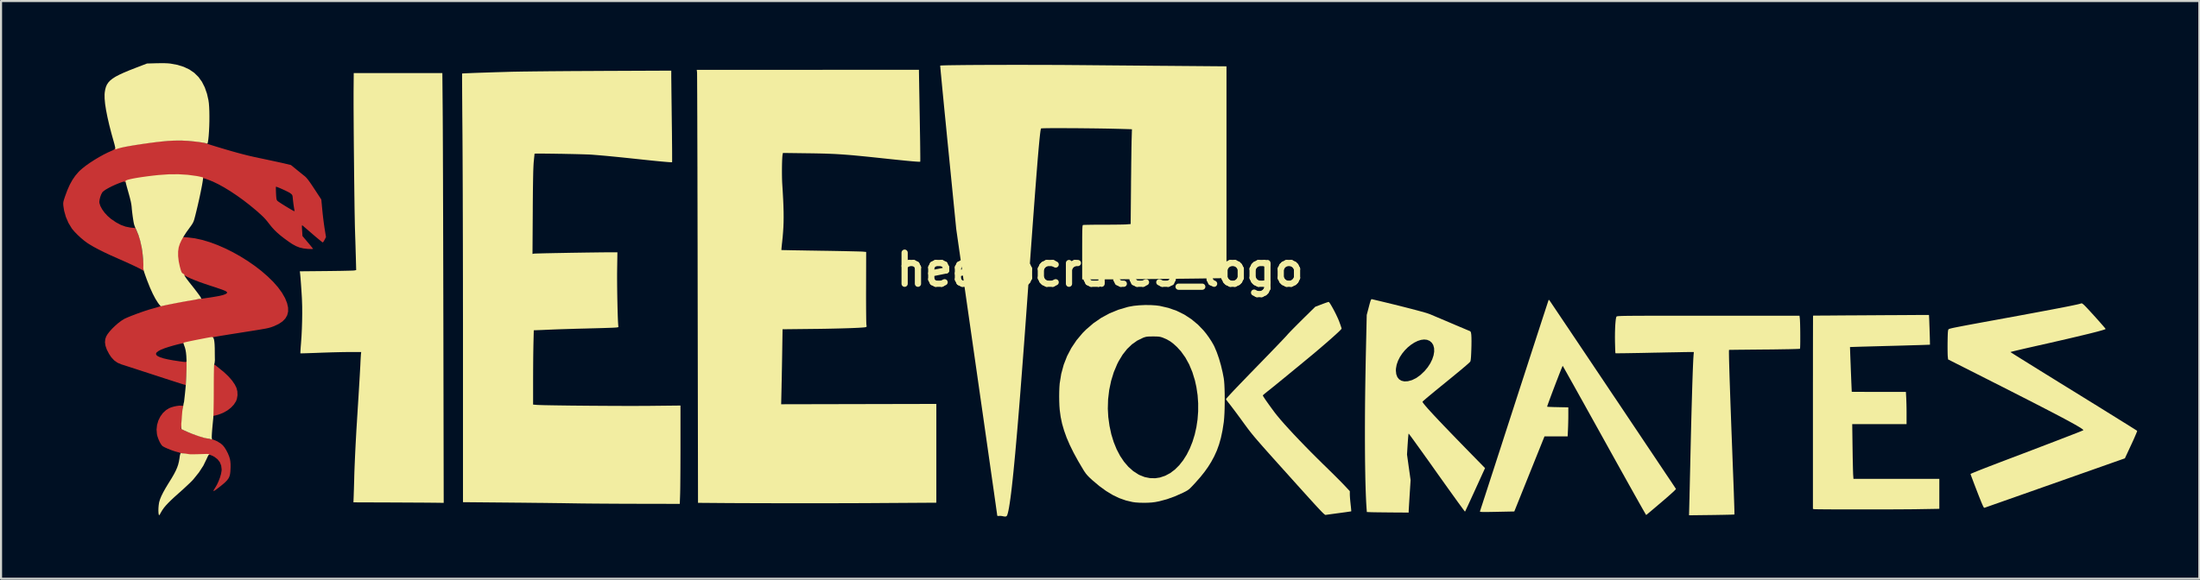
<source format=kicad_pcb>
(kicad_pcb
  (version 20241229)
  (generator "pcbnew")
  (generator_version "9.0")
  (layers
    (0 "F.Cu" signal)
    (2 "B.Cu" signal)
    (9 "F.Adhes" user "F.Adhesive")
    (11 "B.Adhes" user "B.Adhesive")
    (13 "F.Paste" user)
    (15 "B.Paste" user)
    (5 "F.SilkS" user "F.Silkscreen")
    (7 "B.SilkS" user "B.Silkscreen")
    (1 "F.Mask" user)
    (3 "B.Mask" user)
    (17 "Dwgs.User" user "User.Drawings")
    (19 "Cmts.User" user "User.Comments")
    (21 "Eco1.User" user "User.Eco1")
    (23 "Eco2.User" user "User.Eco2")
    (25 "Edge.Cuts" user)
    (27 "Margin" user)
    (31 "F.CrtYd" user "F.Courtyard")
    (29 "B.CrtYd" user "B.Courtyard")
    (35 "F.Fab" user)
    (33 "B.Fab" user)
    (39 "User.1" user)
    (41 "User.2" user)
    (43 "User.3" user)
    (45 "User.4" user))
  (footprint "heepocrates_logo"
    (layer "F.Cu")
    (at 50.015 9.969)
    (property "Reference" "heepocrates_logo" (at 0 0 0) (layer "F.SilkS") (effects (font (size 1.5 1.5) (thickness 0.3))))
    (attr board_only exclude_from_pos_files exclude_from_bom)
    (fp_poly (pts (xy -42.69 4.6) (xy -42.5 4.752) (xy -42.259 4.948) (xy -42.05 5.146) (xy -41.876 5.344) (xy -41.743 5.536) (xy -41.659 5.704) (xy -41.615 5.876) (xy -41.608 6.059) (xy -41.638 6.237) (xy -41.678 6.345) (xy -41.782 6.51) (xy -41.927 6.663) (xy -42.104 6.799) (xy -42.306 6.911) (xy -42.525 6.996) (xy -42.61 7.019) (xy -42.8 7.064) (xy -42.808 7.163) (xy -42.809 7.158) (xy -42.81 7.107) (xy -42.81 7.015) (xy -42.81 6.886) (xy -42.81 6.724) (xy -42.81 6.532) (xy -42.809 6.315) (xy -42.808 6.077) (xy -42.807 5.904) (xy -42.805 5.645) (xy -42.802 5.403) (xy -42.799 5.182) (xy -42.795 4.986) (xy -42.791 4.819) (xy -42.787 4.687) (xy -42.783 4.593) (xy -42.779 4.541) (xy -42.776 4.533) (xy -42.73 4.58) (xy -42.69 4.6)) (stroke (width 0) (type solid)) (fill yes) (layer "F.Cu"))
    (fp_poly (pts (xy -44.322 6.568) (xy -44.22 6.57) (xy -44.23 6.62) (xy -44.24 6.66) (xy -44.25 6.727) (xy -44.252 6.829) (xy -44.261 6.967) (xy -44.278 7.146) (xy -44.284 7.205) (xy -44.299 7.352) (xy -44.313 7.481) (xy -44.323 7.584) (xy -44.33 7.653) (xy -44.333 7.682) (xy -44.333 7.683) (xy -44.312 7.694) (xy -44.256 7.721) (xy -44.174 7.76) (xy -44.107 7.792) (xy -43.956 7.857) (xy -43.781 7.924) (xy -43.594 7.99) (xy -43.406 8.05) (xy -43.23 8.102) (xy -43.076 8.14) (xy -42.966 8.161) (xy -42.77 8.207) (xy -42.579 8.289) (xy -42.409 8.397) (xy -42.322 8.472) (xy -42.239 8.573) (xy -42.155 8.707) (xy -42.076 8.859) (xy -42.012 9.013) (xy -41.974 9.139) (xy -41.954 9.252) (xy -41.943 9.378) (xy -41.942 9.533) (xy -41.945 9.607) (xy -41.953 9.753) (xy -41.969 9.874) (xy -41.997 9.979) (xy -42.042 10.073) (xy -42.11 10.165) (xy -42.203 10.261) (xy -42.327 10.369) (xy -42.486 10.496) (xy -42.525 10.526) (xy -42.637 10.611) (xy -42.714 10.665) (xy -42.758 10.688) (xy -42.77 10.678) (xy -42.753 10.637) (xy -42.71 10.564) (xy -42.686 10.527) (xy -42.598 10.376) (xy -42.519 10.205) (xy -42.452 10.028) (xy -42.403 9.858) (xy -42.377 9.709) (xy -42.373 9.644) (xy -42.396 9.457) (xy -42.462 9.292) (xy -42.572 9.151) (xy -42.722 9.035) (xy -42.812 8.987) (xy -42.911 8.946) (xy -42.978 8.931) (xy -43.023 8.942) (xy -43.05 8.971) (xy -43.07 8.998) (xy -43.069 8.984) (xy -43.065 8.973) (xy -43.065 8.959) (xy -43.077 8.949) (xy -43.109 8.942) (xy -43.167 8.939) (xy -43.257 8.94) (xy -43.386 8.943) (xy -43.489 8.946) (xy -43.652 8.95) (xy -43.775 8.952) (xy -43.87 8.949) (xy -43.946 8.943) (xy -44.013 8.932) (xy -44.083 8.915) (xy -44.113 8.906) (xy -44.22 8.877) (xy -44.29 8.861) (xy -44.332 8.86) (xy -44.36 8.85) (xy -44.38 8.84) (xy -44.42 8.83) (xy -44.444 8.818) (xy -44.501 8.805) (xy -44.603 8.777) (xy -44.726 8.737) (xy -44.856 8.689) (xy -44.983 8.637) (xy -45.096 8.587) (xy -45.184 8.541) (xy -45.236 8.507) (xy -45.298 8.429) (xy -45.362 8.317) (xy -45.421 8.185) (xy -45.469 8.049) (xy -45.495 7.939) (xy -45.513 7.716) (xy -45.489 7.495) (xy -45.427 7.283) (xy -45.331 7.087) (xy -45.204 6.914) (xy -45.049 6.773) (xy -44.895 6.681) (xy -44.79 6.641) (xy -44.668 6.606) (xy -44.543 6.58) (xy -44.43 6.565) (xy -44.343 6.564)) (stroke (width 0) (type solid)) (fill yes) (layer "F.Cu"))
    (fp_poly (pts (xy -43.999 -1.557) (xy -43.666 -1.515) (xy -43.315 -1.438) (xy -42.952 -1.33) (xy -42.581 -1.193) (xy -42.206 -1.03) (xy -41.834 -0.845) (xy -41.467 -0.639) (xy -41.111 -0.417) (xy -40.771 -0.181) (xy -40.451 0.066) (xy -40.156 0.322) (xy -39.89 0.582) (xy -39.659 0.844) (xy -39.467 1.106) (xy -39.319 1.364) (xy -39.308 1.387) (xy -39.216 1.618) (xy -39.169 1.83) (xy -39.167 2.023) (xy -39.21 2.197) (xy -39.299 2.354) (xy -39.435 2.494) (xy -39.616 2.617) (xy -39.845 2.725) (xy -39.966 2.77) (xy -40.013 2.785) (xy -40.06 2.799) (xy -40.112 2.813) (xy -40.174 2.827) (xy -40.251 2.843) (xy -40.347 2.86) (xy -40.467 2.881) (xy -40.615 2.906) (xy -40.797 2.935) (xy -41.016 2.97) (xy -41.278 3.011) (xy -41.383 3.028) (xy -41.691 3.077) (xy -41.954 3.118) (xy -42.175 3.154) (xy -42.357 3.183) (xy -42.504 3.208) (xy -42.62 3.228) (xy -42.708 3.243) (xy -42.771 3.256) (xy -42.813 3.266) (xy -42.837 3.274) (xy -42.847 3.28) (xy -42.848 3.281) (xy -42.876 3.296) (xy -42.91 3.3) (xy -42.948 3.305) (xy -43.027 3.318) (xy -43.141 3.339) (xy -43.281 3.365) (xy -43.44 3.397) (xy -43.573 3.423) (xy -43.745 3.458) (xy -43.906 3.49) (xy -44.047 3.517) (xy -44.161 3.539) (xy -44.24 3.553) (xy -44.272 3.558) (xy -44.355 3.573) (xy -44.472 3.601) (xy -44.613 3.637) (xy -44.764 3.679) (xy -44.914 3.723) (xy -45.05 3.767) (xy -45.133 3.795) (xy -45.307 3.865) (xy -45.433 3.933) (xy -45.512 3.997) (xy -45.542 4.058) (xy -45.524 4.117) (xy -45.457 4.174) (xy -45.342 4.228) (xy -45.179 4.28) (xy -44.966 4.33) (xy -44.704 4.378) (xy -44.413 4.422) (xy -44.282 4.44) (xy -44.192 4.451) (xy -44.135 4.455) (xy -44.103 4.451) (xy -44.06 4.44) (xy -44.06 4.51) (xy -44.068 4.615) (xy -44.068 4.67) (xy -44.069 4.792) (xy -44.071 4.919) (xy -44.075 5.044) (xy -44.081 5.162) (xy -44.086 5.265) (xy -44.09 5.35) (xy -44.09 5.39) (xy -44.09 5.44) (xy -44.09 5.5) (xy -44.1 5.57) (xy -44.187 5.543) (xy -44.192 5.544) (xy -44.221 5.536) (xy -44.292 5.514) (xy -44.401 5.48) (xy -44.545 5.434) (xy -44.719 5.378) (xy -44.919 5.314) (xy -45.141 5.242) (xy -45.38 5.164) (xy -45.617 5.087) (xy -45.875 5.003) (xy -46.125 4.922) (xy -46.361 4.845) (xy -46.578 4.774) (xy -46.772 4.712) (xy -46.938 4.658) (xy -47.07 4.615) (xy -47.165 4.585) (xy -47.21 4.571) (xy -47.394 4.493) (xy -47.554 4.381) (xy -47.696 4.229) (xy -47.803 4.068) (xy -47.911 3.862) (xy -47.976 3.676) (xy -48.001 3.507) (xy -47.986 3.349) (xy -47.943 3.225) (xy -47.878 3.113) (xy -47.778 2.983) (xy -47.654 2.846) (xy -47.513 2.709) (xy -47.365 2.58) (xy -47.219 2.469) (xy -47.083 2.383) (xy -47.038 2.36) (xy -46.888 2.293) (xy -46.704 2.219) (xy -46.498 2.14) (xy -46.282 2.062) (xy -46.07 1.989) (xy -45.873 1.926) (xy -45.744 1.889) (xy -45.614 1.853) (xy -45.5 1.82) (xy -45.411 1.792) (xy -45.355 1.774) (xy -45.343 1.769) (xy -45.294 1.752) (xy -45.205 1.729) (xy -45.08 1.7) (xy -44.928 1.668) (xy -44.755 1.632) (xy -44.568 1.596) (xy -44.375 1.559) (xy -44.182 1.523) (xy -43.996 1.491) (xy -43.825 1.462) (xy -43.675 1.438) (xy -43.553 1.421) (xy -43.469 1.413) (xy -43.374 1.403) (xy -43.243 1.387) (xy -43.088 1.365) (xy -42.922 1.341) (xy -42.757 1.314) (xy -42.606 1.288) (xy -42.481 1.265) (xy -42.467 1.262) (xy -42.326 1.228) (xy -42.217 1.191) (xy -42.143 1.153) (xy -42.112 1.117) (xy -42.112 1.111) (xy -42.115 1.09) (xy -42.13 1.069) (xy -42.159 1.047) (xy -42.207 1.021) (xy -42.279 0.991) (xy -42.378 0.953) (xy -42.51 0.908) (xy -42.678 0.851) (xy -42.887 0.783) (xy -42.997 0.747) (xy -43.247 0.663) (xy -43.481 0.579) (xy -43.693 0.497) (xy -43.876 0.421) (xy -44.022 0.352) (xy -44.095 0.312) (xy -44.154 0.282) (xy -44.195 0.269) (xy -44.201 0.269) (xy -44.233 0.26) (xy -44.284 0.228) (xy -44.294 0.221) (xy -44.331 0.183) (xy -44.363 0.128) (xy -44.396 0.046) (xy -44.434 -0.074) (xy -44.439 -0.088) (xy -44.47 -0.199) (xy -44.491 -0.293) (xy -44.504 -0.384) (xy -44.512 -0.489) (xy -44.515 -0.621) (xy -44.516 -0.687) (xy -44.512 -0.891) (xy -44.495 -1.058) (xy -44.463 -1.201) (xy -44.413 -1.33) (xy -44.342 -1.459) (xy -44.336 -1.468) (xy -44.267 -1.577)) (stroke (width 0) (type solid)) (fill yes) (layer "F.Cu"))
    (fp_poly (pts (xy -44.192 -6.23) (xy -43.858 -6.213) (xy -43.551 -6.183) (xy -43.279 -6.14) (xy -43.21 -6.125) (xy -43.137 -6.107) (xy -43.087 -6.089) (xy -43.074 -6.082) (xy -43.049 -6.072) (xy -42.981 -6.049) (xy -42.876 -6.016) (xy -42.74 -5.974) (xy -42.578 -5.924) (xy -42.394 -5.869) (xy -42.195 -5.81) (xy -42.173 -5.803) (xy -41.869 -5.715) (xy -41.597 -5.639) (xy -41.345 -5.572) (xy -41.099 -5.51) (xy -40.844 -5.451) (xy -40.567 -5.391) (xy -40.445 -5.366) (xy -40.233 -5.321) (xy -40.023 -5.276) (xy -39.823 -5.233) (xy -39.642 -5.194) (xy -39.487 -5.16) (xy -39.368 -5.133) (xy -39.318 -5.121) (xy -39.031 -5.052) (xy -38.763 -4.834) (xy -38.652 -4.744) (xy -38.542 -4.655) (xy -38.445 -4.577) (xy -38.372 -4.52) (xy -38.367 -4.515) (xy -38.317 -4.471) (xy -38.262 -4.412) (xy -38.199 -4.333) (xy -38.123 -4.229) (xy -38.03 -4.094) (xy -37.916 -3.922) (xy -37.902 -3.901) (xy -37.566 -3.388) (xy -37.519 -2.889) (xy -37.5 -2.7) (xy -37.476 -2.493) (xy -37.45 -2.287) (xy -37.424 -2.099) (xy -37.406 -1.983) (xy -37.34 -1.575) (xy -37.406 -1.446) (xy -37.445 -1.376) (xy -37.48 -1.329) (xy -37.497 -1.316) (xy -37.523 -1.332) (xy -37.579 -1.375) (xy -37.662 -1.443) (xy -37.766 -1.529) (xy -37.886 -1.63) (xy -37.973 -1.705) (xy -38.101 -1.816) (xy -38.218 -1.917) (xy -38.32 -2.004) (xy -38.399 -2.072) (xy -38.45 -2.116) (xy -38.466 -2.128) (xy -38.485 -2.141) (xy -38.497 -2.137) (xy -38.502 -2.109) (xy -38.501 -2.05) (xy -38.496 -1.953) (xy -38.492 -1.894) (xy -38.475 -1.625) (xy -38.22 -1.323) (xy -38.133 -1.22) (xy -38.059 -1.13) (xy -38.003 -1.06) (xy -37.971 -1.016) (xy -37.965 -1.005) (xy -37.988 -0.999) (xy -38.05 -0.998) (xy -38.141 -1) (xy -38.23 -1.004) (xy -38.431 -1.027) (xy -38.613 -1.07) (xy -38.788 -1.139) (xy -38.969 -1.239) (xy -39.137 -1.351) (xy -39.356 -1.511) (xy -39.54 -1.654) (xy -39.695 -1.788) (xy -39.831 -1.92) (xy -39.955 -2.056) (xy -40.074 -2.205) (xy -40.079 -2.211) (xy -40.169 -2.327) (xy -40.255 -2.429) (xy -40.345 -2.526) (xy -40.449 -2.627) (xy -40.575 -2.741) (xy -40.708 -2.859) (xy -41.011 -3.11) (xy -41.322 -3.351) (xy -41.636 -3.577) (xy -41.947 -3.785) (xy -42.169 -3.92) (xy -39.758 -3.92) (xy -39.756 -3.826) (xy -39.752 -3.711) (xy -39.751 -3.692) (xy -39.744 -3.559) (xy -39.736 -3.466) (xy -39.726 -3.403) (xy -39.711 -3.361) (xy -39.691 -3.331) (xy -39.683 -3.321) (xy -39.648 -3.294) (xy -39.58 -3.248) (xy -39.489 -3.188) (xy -39.381 -3.12) (xy -39.266 -3.049) (xy -39.152 -2.98) (xy -39.047 -2.918) (xy -38.959 -2.867) (xy -38.896 -2.834) (xy -38.869 -2.823) (xy -38.858 -2.842) (xy -38.862 -2.877) (xy -38.876 -2.95) (xy -38.894 -3.058) (xy -38.912 -3.185) (xy -38.928 -3.316) (xy -38.941 -3.438) (xy -38.941 -3.446) (xy -38.951 -3.536) (xy -38.965 -3.593) (xy -38.992 -3.634) (xy -39.04 -3.675) (xy -39.071 -3.698) (xy -39.124 -3.73) (xy -39.207 -3.773) (xy -39.309 -3.823) (xy -39.421 -3.875) (xy -39.531 -3.924) (xy -39.63 -3.965) (xy -39.707 -3.995) (xy -39.751 -4.007) (xy -39.753 -4.007) (xy -39.757 -3.984) (xy -39.758 -3.92) (xy -42.169 -3.92) (xy -42.248 -3.969) (xy -42.533 -4.126) (xy -42.796 -4.253) (xy -42.939 -4.311) (xy -43.073 -4.361) (xy -43.168 -4.395) (xy -43.232 -4.411) (xy -43.27 -4.413) (xy -43.291 -4.4) (xy -43.301 -4.373) (xy -43.303 -4.359) (xy -43.314 -4.291) (xy -43.317 -4.358) (xy -43.322 -4.408) (xy -43.327 -4.426) (xy -43.353 -4.431) (xy -43.416 -4.443) (xy -43.506 -4.46) (xy -43.58 -4.474) (xy -43.783 -4.507) (xy -44.02 -4.534) (xy -44.273 -4.555) (xy -44.527 -4.567) (xy -44.766 -4.571) (xy -44.913 -4.567) (xy -45.125 -4.556) (xy -45.348 -4.538) (xy -45.577 -4.516) (xy -45.806 -4.49) (xy -46.03 -4.461) (xy -46.245 -4.429) (xy -46.443 -4.396) (xy -46.622 -4.363) (xy -46.774 -4.33) (xy -46.895 -4.297) (xy -46.979 -4.267) (xy -47.021 -4.24) (xy -47.025 -4.23) (xy -47.03 -4.207) (xy -47.042 -4.23) (xy -47.044 -4.234) (xy -47.056 -4.25) (xy -47.079 -4.255) (xy -47.122 -4.247) (xy -47.193 -4.224) (xy -47.301 -4.184) (xy -47.318 -4.178) (xy -47.494 -4.107) (xy -47.663 -4.03) (xy -47.818 -3.951) (xy -47.951 -3.875) (xy -48.054 -3.805) (xy -48.119 -3.746) (xy -48.129 -3.734) (xy -48.18 -3.641) (xy -48.224 -3.525) (xy -48.256 -3.405) (xy -48.273 -3.296) (xy -48.271 -3.224) (xy -48.223 -3.074) (xy -48.137 -2.914) (xy -48.019 -2.751) (xy -47.876 -2.595) (xy -47.714 -2.455) (xy -47.702 -2.446) (xy -47.463 -2.283) (xy -47.235 -2.162) (xy -47.009 -2.08) (xy -46.776 -2.033) (xy -46.676 -2.023) (xy -46.542 -2.013) (xy -46.463 -1.856) (xy -46.377 -1.65) (xy -46.301 -1.403) (xy -46.239 -1.123) (xy -46.192 -0.818) (xy -46.163 -0.508) (xy -46.15 -0.39) (xy -46.14 -0.27) (xy -46.14 -0.16) (xy -46.14 -0.064) (xy -46.13 -0.01) (xy -46.12 0.06) (xy -46.185 0.029) (xy -46.213 0.008) (xy -46.281 -0.03) (xy -46.384 -0.083) (xy -46.518 -0.149) (xy -46.679 -0.225) (xy -46.86 -0.309) (xy -47.057 -0.398) (xy -47.266 -0.49) (xy -47.406 -0.552) (xy -47.733 -0.697) (xy -48.037 -0.84) (xy -48.313 -0.978) (xy -48.555 -1.108) (xy -48.757 -1.228) (xy -48.846 -1.285) (xy -48.997 -1.395) (xy -49.156 -1.528) (xy -49.312 -1.671) (xy -49.453 -1.815) (xy -49.569 -1.948) (xy -49.606 -1.998) (xy -49.763 -2.258) (xy -49.887 -2.545) (xy -49.972 -2.846) (xy -50.009 -3.081) (xy -50.015 -3.159) (xy -50.014 -3.224) (xy -50.004 -3.291) (xy -49.983 -3.371) (xy -49.948 -3.479) (xy -49.928 -3.538) (xy -49.815 -3.843) (xy -49.698 -4.106) (xy -49.572 -4.334) (xy -49.434 -4.535) (xy -49.279 -4.716) (xy -49.223 -4.774) (xy -49.088 -4.894) (xy -48.918 -5.026) (xy -48.721 -5.165) (xy -48.507 -5.303) (xy -48.285 -5.436) (xy -48.066 -5.557) (xy -47.859 -5.66) (xy -47.73 -5.717) (xy -47.619 -5.767) (xy -47.548 -5.811) (xy -47.523 -5.842) (xy -47.507 -5.868) (xy -47.495 -5.861) (xy -47.46 -5.852) (xy -47.383 -5.866) (xy -47.33 -5.881) (xy -47.264 -5.898) (xy -47.156 -5.92) (xy -47.013 -5.947) (xy -46.842 -5.977) (xy -46.651 -6.009) (xy -46.446 -6.043) (xy -46.234 -6.076) (xy -46.023 -6.107) (xy -45.819 -6.137) (xy -45.629 -6.162) (xy -45.597 -6.167) (xy -45.254 -6.203) (xy -44.899 -6.225) (xy -44.542 -6.234)) (stroke (width 0) (type solid)) (fill yes) (layer "F.Cu"))
    (fp_poly (pts (xy -42.69 4.6) (xy -42.5 4.752) (xy -42.259 4.948) (xy -42.05 5.146) (xy -41.876 5.344) (xy -41.743 5.536) (xy -41.659 5.704) (xy -41.615 5.876) (xy -41.608 6.059) (xy -41.638 6.237) (xy -41.678 6.345) (xy -41.782 6.51) (xy -41.927 6.663) (xy -42.104 6.799) (xy -42.306 6.911) (xy -42.525 6.996) (xy -42.61 7.019) (xy -42.8 7.064) (xy -42.808 7.163) (xy -42.809 7.158) (xy -42.81 7.107) (xy -42.81 7.015) (xy -42.81 6.886) (xy -42.81 6.724) (xy -42.81 6.532) (xy -42.809 6.315) (xy -42.808 6.077) (xy -42.807 5.904) (xy -42.805 5.645) (xy -42.802 5.403) (xy -42.799 5.182) (xy -42.795 4.986) (xy -42.791 4.819) (xy -42.787 4.687) (xy -42.783 4.593) (xy -42.779 4.541) (xy -42.776 4.533) (xy -42.73 4.58) (xy -42.69 4.6)) (stroke (width 0) (type solid)) (fill yes) (layer "F.Mask"))
    (fp_poly (pts (xy -44.322 6.568) (xy -44.22 6.57) (xy -44.23 6.62) (xy -44.24 6.66) (xy -44.25 6.727) (xy -44.252 6.829) (xy -44.261 6.967) (xy -44.278 7.146) (xy -44.284 7.205) (xy -44.299 7.352) (xy -44.313 7.481) (xy -44.323 7.584) (xy -44.33 7.653) (xy -44.333 7.682) (xy -44.333 7.683) (xy -44.312 7.694) (xy -44.256 7.721) (xy -44.174 7.76) (xy -44.107 7.792) (xy -43.956 7.857) (xy -43.781 7.924) (xy -43.594 7.99) (xy -43.406 8.05) (xy -43.23 8.102) (xy -43.076 8.14) (xy -42.966 8.161) (xy -42.77 8.207) (xy -42.579 8.289) (xy -42.409 8.397) (xy -42.322 8.472) (xy -42.239 8.573) (xy -42.155 8.707) (xy -42.076 8.859) (xy -42.012 9.013) (xy -41.974 9.139) (xy -41.954 9.252) (xy -41.943 9.378) (xy -41.942 9.533) (xy -41.945 9.607) (xy -41.953 9.753) (xy -41.969 9.874) (xy -41.997 9.979) (xy -42.042 10.073) (xy -42.11 10.165) (xy -42.203 10.261) (xy -42.327 10.369) (xy -42.486 10.496) (xy -42.525 10.526) (xy -42.637 10.611) (xy -42.714 10.665) (xy -42.758 10.688) (xy -42.77 10.678) (xy -42.753 10.637) (xy -42.71 10.564) (xy -42.686 10.527) (xy -42.598 10.376) (xy -42.519 10.205) (xy -42.452 10.028) (xy -42.403 9.858) (xy -42.377 9.709) (xy -42.373 9.644) (xy -42.396 9.457) (xy -42.462 9.292) (xy -42.572 9.151) (xy -42.722 9.035) (xy -42.812 8.987) (xy -42.911 8.946) (xy -42.978 8.931) (xy -43.023 8.942) (xy -43.05 8.971) (xy -43.07 8.998) (xy -43.069 8.984) (xy -43.065 8.973) (xy -43.065 8.959) (xy -43.077 8.949) (xy -43.109 8.942) (xy -43.167 8.939) (xy -43.257 8.94) (xy -43.386 8.943) (xy -43.489 8.946) (xy -43.652 8.95) (xy -43.775 8.952) (xy -43.87 8.949) (xy -43.946 8.943) (xy -44.013 8.932) (xy -44.083 8.915) (xy -44.113 8.906) (xy -44.22 8.877) (xy -44.29 8.861) (xy -44.332 8.86) (xy -44.36 8.85) (xy -44.38 8.84) (xy -44.42 8.83) (xy -44.444 8.818) (xy -44.501 8.805) (xy -44.603 8.777) (xy -44.726 8.737) (xy -44.856 8.689) (xy -44.983 8.637) (xy -45.096 8.587) (xy -45.184 8.541) (xy -45.236 8.507) (xy -45.298 8.429) (xy -45.362 8.317) (xy -45.421 8.185) (xy -45.469 8.049) (xy -45.495 7.939) (xy -45.513 7.716) (xy -45.489 7.495) (xy -45.427 7.283) (xy -45.331 7.087) (xy -45.204 6.914) (xy -45.049 6.773) (xy -44.895 6.681) (xy -44.79 6.641) (xy -44.668 6.606) (xy -44.543 6.58) (xy -44.43 6.565) (xy -44.343 6.564)) (stroke (width 0) (type solid)) (fill yes) (layer "F.Mask"))
    (fp_poly (pts (xy -43.999 -1.557) (xy -43.666 -1.515) (xy -43.315 -1.438) (xy -42.952 -1.33) (xy -42.581 -1.193) (xy -42.206 -1.03) (xy -41.834 -0.845) (xy -41.467 -0.639) (xy -41.111 -0.417) (xy -40.771 -0.181) (xy -40.451 0.066) (xy -40.156 0.322) (xy -39.89 0.582) (xy -39.659 0.844) (xy -39.467 1.106) (xy -39.319 1.364) (xy -39.308 1.387) (xy -39.216 1.618) (xy -39.169 1.83) (xy -39.167 2.023) (xy -39.21 2.197) (xy -39.299 2.354) (xy -39.435 2.494) (xy -39.616 2.617) (xy -39.845 2.725) (xy -39.966 2.77) (xy -40.013 2.785) (xy -40.06 2.799) (xy -40.112 2.813) (xy -40.174 2.827) (xy -40.251 2.843) (xy -40.347 2.86) (xy -40.467 2.881) (xy -40.615 2.906) (xy -40.797 2.935) (xy -41.016 2.97) (xy -41.278 3.011) (xy -41.383 3.028) (xy -41.691 3.077) (xy -41.954 3.118) (xy -42.175 3.154) (xy -42.357 3.183) (xy -42.504 3.208) (xy -42.62 3.228) (xy -42.708 3.243) (xy -42.771 3.256) (xy -42.813 3.266) (xy -42.837 3.274) (xy -42.847 3.28) (xy -42.848 3.281) (xy -42.876 3.296) (xy -42.91 3.3) (xy -42.948 3.305) (xy -43.027 3.318) (xy -43.141 3.339) (xy -43.281 3.365) (xy -43.44 3.397) (xy -43.573 3.423) (xy -43.745 3.458) (xy -43.906 3.49) (xy -44.047 3.517) (xy -44.161 3.539) (xy -44.24 3.553) (xy -44.272 3.558) (xy -44.355 3.573) (xy -44.472 3.601) (xy -44.613 3.637) (xy -44.764 3.679) (xy -44.914 3.723) (xy -45.05 3.767) (xy -45.133 3.795) (xy -45.307 3.865) (xy -45.433 3.933) (xy -45.512 3.997) (xy -45.542 4.058) (xy -45.524 4.117) (xy -45.457 4.174) (xy -45.342 4.228) (xy -45.179 4.28) (xy -44.966 4.33) (xy -44.704 4.378) (xy -44.413 4.422) (xy -44.282 4.44) (xy -44.192 4.451) (xy -44.135 4.455) (xy -44.103 4.451) (xy -44.06 4.44) (xy -44.06 4.51) (xy -44.068 4.615) (xy -44.068 4.67) (xy -44.069 4.792) (xy -44.071 4.919) (xy -44.075 5.044) (xy -44.081 5.162) (xy -44.086 5.265) (xy -44.09 5.35) (xy -44.09 5.39) (xy -44.09 5.44) (xy -44.09 5.5) (xy -44.1 5.57) (xy -44.187 5.543) (xy -44.192 5.544) (xy -44.221 5.536) (xy -44.292 5.514) (xy -44.401 5.48) (xy -44.545 5.434) (xy -44.719 5.378) (xy -44.919 5.314) (xy -45.141 5.242) (xy -45.38 5.164) (xy -45.617 5.087) (xy -45.875 5.003) (xy -46.125 4.922) (xy -46.361 4.845) (xy -46.578 4.774) (xy -46.772 4.712) (xy -46.938 4.658) (xy -47.07 4.615) (xy -47.165 4.585) (xy -47.21 4.571) (xy -47.394 4.493) (xy -47.554 4.381) (xy -47.696 4.229) (xy -47.803 4.068) (xy -47.911 3.862) (xy -47.976 3.676) (xy -48.001 3.507) (xy -47.986 3.349) (xy -47.943 3.225) (xy -47.878 3.113) (xy -47.778 2.983) (xy -47.654 2.846) (xy -47.513 2.709) (xy -47.365 2.58) (xy -47.219 2.469) (xy -47.083 2.383) (xy -47.038 2.36) (xy -46.888 2.293) (xy -46.704 2.219) (xy -46.498 2.14) (xy -46.282 2.062) (xy -46.07 1.989) (xy -45.873 1.926) (xy -45.744 1.889) (xy -45.614 1.853) (xy -45.5 1.82) (xy -45.411 1.792) (xy -45.355 1.774) (xy -45.343 1.769) (xy -45.294 1.752) (xy -45.205 1.729) (xy -45.08 1.7) (xy -44.928 1.668) (xy -44.755 1.632) (xy -44.568 1.596) (xy -44.375 1.559) (xy -44.182 1.523) (xy -43.996 1.491) (xy -43.825 1.462) (xy -43.675 1.438) (xy -43.553 1.421) (xy -43.469 1.413) (xy -43.374 1.403) (xy -43.243 1.387) (xy -43.088 1.365) (xy -42.922 1.341) (xy -42.757 1.314) (xy -42.606 1.288) (xy -42.481 1.265) (xy -42.467 1.262) (xy -42.326 1.228) (xy -42.217 1.191) (xy -42.143 1.153) (xy -42.112 1.117) (xy -42.112 1.111) (xy -42.115 1.09) (xy -42.13 1.069) (xy -42.159 1.047) (xy -42.207 1.021) (xy -42.279 0.991) (xy -42.378 0.953) (xy -42.51 0.908) (xy -42.678 0.851) (xy -42.887 0.783) (xy -42.997 0.747) (xy -43.247 0.663) (xy -43.481 0.579) (xy -43.693 0.497) (xy -43.876 0.421) (xy -44.022 0.352) (xy -44.095 0.312) (xy -44.154 0.282) (xy -44.195 0.269) (xy -44.201 0.269) (xy -44.233 0.26) (xy -44.284 0.228) (xy -44.294 0.221) (xy -44.331 0.183) (xy -44.363 0.128) (xy -44.396 0.046) (xy -44.434 -0.074) (xy -44.439 -0.088) (xy -44.47 -0.199) (xy -44.491 -0.293) (xy -44.504 -0.384) (xy -44.512 -0.489) (xy -44.515 -0.621) (xy -44.516 -0.687) (xy -44.512 -0.891) (xy -44.495 -1.058) (xy -44.463 -1.201) (xy -44.413 -1.33) (xy -44.342 -1.459) (xy -44.336 -1.468) (xy -44.267 -1.577)) (stroke (width 0) (type solid)) (fill yes) (layer "F.Mask"))
    (fp_poly (pts (xy -44.192 -6.23) (xy -43.858 -6.213) (xy -43.551 -6.183) (xy -43.279 -6.14) (xy -43.21 -6.125) (xy -43.137 -6.107) (xy -43.087 -6.089) (xy -43.074 -6.082) (xy -43.049 -6.072) (xy -42.981 -6.049) (xy -42.876 -6.016) (xy -42.74 -5.974) (xy -42.578 -5.924) (xy -42.394 -5.869) (xy -42.195 -5.81) (xy -42.173 -5.803) (xy -41.869 -5.715) (xy -41.597 -5.639) (xy -41.345 -5.572) (xy -41.099 -5.51) (xy -40.844 -5.451) (xy -40.567 -5.391) (xy -40.445 -5.366) (xy -40.233 -5.321) (xy -40.023 -5.276) (xy -39.823 -5.233) (xy -39.642 -5.194) (xy -39.487 -5.16) (xy -39.368 -5.133) (xy -39.318 -5.121) (xy -39.031 -5.052) (xy -38.763 -4.834) (xy -38.652 -4.744) (xy -38.542 -4.655) (xy -38.445 -4.577) (xy -38.372 -4.52) (xy -38.367 -4.515) (xy -38.317 -4.471) (xy -38.262 -4.412) (xy -38.199 -4.333) (xy -38.123 -4.229) (xy -38.03 -4.094) (xy -37.916 -3.922) (xy -37.902 -3.901) (xy -37.566 -3.388) (xy -37.519 -2.889) (xy -37.5 -2.7) (xy -37.476 -2.493) (xy -37.45 -2.287) (xy -37.424 -2.099) (xy -37.406 -1.983) (xy -37.34 -1.575) (xy -37.406 -1.446) (xy -37.445 -1.376) (xy -37.48 -1.329) (xy -37.497 -1.316) (xy -37.523 -1.332) (xy -37.579 -1.375) (xy -37.662 -1.443) (xy -37.766 -1.529) (xy -37.886 -1.63) (xy -37.973 -1.705) (xy -38.101 -1.816) (xy -38.218 -1.917) (xy -38.32 -2.004) (xy -38.399 -2.072) (xy -38.45 -2.116) (xy -38.466 -2.128) (xy -38.485 -2.141) (xy -38.497 -2.137) (xy -38.502 -2.109) (xy -38.501 -2.05) (xy -38.496 -1.953) (xy -38.492 -1.894) (xy -38.475 -1.625) (xy -38.22 -1.323) (xy -38.133 -1.22) (xy -38.059 -1.13) (xy -38.003 -1.06) (xy -37.971 -1.016) (xy -37.965 -1.005) (xy -37.988 -0.999) (xy -38.05 -0.998) (xy -38.141 -1) (xy -38.23 -1.004) (xy -38.431 -1.027) (xy -38.613 -1.07) (xy -38.788 -1.139) (xy -38.969 -1.239) (xy -39.137 -1.351) (xy -39.356 -1.511) (xy -39.54 -1.654) (xy -39.695 -1.788) (xy -39.831 -1.92) (xy -39.955 -2.056) (xy -40.074 -2.205) (xy -40.079 -2.211) (xy -40.169 -2.327) (xy -40.255 -2.429) (xy -40.345 -2.526) (xy -40.449 -2.627) (xy -40.575 -2.741) (xy -40.708 -2.859) (xy -41.011 -3.11) (xy -41.322 -3.351) (xy -41.636 -3.577) (xy -41.947 -3.785) (xy -42.169 -3.92) (xy -39.758 -3.92) (xy -39.756 -3.826) (xy -39.752 -3.711) (xy -39.751 -3.692) (xy -39.744 -3.559) (xy -39.736 -3.466) (xy -39.726 -3.403) (xy -39.711 -3.361) (xy -39.691 -3.331) (xy -39.683 -3.321) (xy -39.648 -3.294) (xy -39.58 -3.248) (xy -39.489 -3.188) (xy -39.381 -3.12) (xy -39.266 -3.049) (xy -39.152 -2.98) (xy -39.047 -2.918) (xy -38.959 -2.867) (xy -38.896 -2.834) (xy -38.869 -2.823) (xy -38.858 -2.842) (xy -38.862 -2.877) (xy -38.876 -2.95) (xy -38.894 -3.058) (xy -38.912 -3.185) (xy -38.928 -3.316) (xy -38.941 -3.438) (xy -38.941 -3.446) (xy -38.951 -3.536) (xy -38.965 -3.593) (xy -38.992 -3.634) (xy -39.04 -3.675) (xy -39.071 -3.698) (xy -39.124 -3.73) (xy -39.207 -3.773) (xy -39.309 -3.823) (xy -39.421 -3.875) (xy -39.531 -3.924) (xy -39.63 -3.965) (xy -39.707 -3.995) (xy -39.751 -4.007) (xy -39.753 -4.007) (xy -39.757 -3.984) (xy -39.758 -3.92) (xy -42.169 -3.92) (xy -42.248 -3.969) (xy -42.533 -4.126) (xy -42.796 -4.253) (xy -42.939 -4.311) (xy -43.073 -4.361) (xy -43.168 -4.395) (xy -43.232 -4.411) (xy -43.27 -4.413) (xy -43.291 -4.4) (xy -43.301 -4.373) (xy -43.303 -4.359) (xy -43.314 -4.291) (xy -43.317 -4.358) (xy -43.322 -4.408) (xy -43.327 -4.426) (xy -43.353 -4.431) (xy -43.416 -4.443) (xy -43.506 -4.46) (xy -43.58 -4.474) (xy -43.783 -4.507) (xy -44.02 -4.534) (xy -44.273 -4.555) (xy -44.527 -4.567) (xy -44.766 -4.571) (xy -44.913 -4.567) (xy -45.125 -4.556) (xy -45.348 -4.538) (xy -45.577 -4.516) (xy -45.806 -4.49) (xy -46.03 -4.461) (xy -46.245 -4.429) (xy -46.443 -4.396) (xy -46.622 -4.363) (xy -46.774 -4.33) (xy -46.895 -4.297) (xy -46.979 -4.267) (xy -47.021 -4.24) (xy -47.025 -4.23) (xy -47.03 -4.207) (xy -47.042 -4.23) (xy -47.044 -4.234) (xy -47.056 -4.25) (xy -47.079 -4.255) (xy -47.122 -4.247) (xy -47.193 -4.224) (xy -47.301 -4.184) (xy -47.318 -4.178) (xy -47.494 -4.107) (xy -47.663 -4.03) (xy -47.818 -3.951) (xy -47.951 -3.875) (xy -48.054 -3.805) (xy -48.119 -3.746) (xy -48.129 -3.734) (xy -48.18 -3.641) (xy -48.224 -3.525) (xy -48.256 -3.405) (xy -48.273 -3.296) (xy -48.271 -3.224) (xy -48.223 -3.074) (xy -48.137 -2.914) (xy -48.019 -2.751) (xy -47.876 -2.595) (xy -47.714 -2.455) (xy -47.702 -2.446) (xy -47.463 -2.283) (xy -47.235 -2.162) (xy -47.009 -2.08) (xy -46.776 -2.033) (xy -46.676 -2.023) (xy -46.542 -2.013) (xy -46.463 -1.856) (xy -46.377 -1.65) (xy -46.301 -1.403) (xy -46.239 -1.123) (xy -46.192 -0.818) (xy -46.163 -0.508) (xy -46.15 -0.39) (xy -46.14 -0.27) (xy -46.14 -0.16) (xy -46.14 -0.064) (xy -46.13 -0.01) (xy -46.12 0.06) (xy -46.185 0.029) (xy -46.213 0.008) (xy -46.281 -0.03) (xy -46.384 -0.083) (xy -46.518 -0.149) (xy -46.679 -0.225) (xy -46.86 -0.309) (xy -47.057 -0.398) (xy -47.266 -0.49) (xy -47.406 -0.552) (xy -47.733 -0.697) (xy -48.037 -0.84) (xy -48.313 -0.978) (xy -48.555 -1.108) (xy -48.757 -1.228) (xy -48.846 -1.285) (xy -48.997 -1.395) (xy -49.156 -1.528) (xy -49.312 -1.671) (xy -49.453 -1.815) (xy -49.569 -1.948) (xy -49.606 -1.998) (xy -49.763 -2.258) (xy -49.887 -2.545) (xy -49.972 -2.846) (xy -50.009 -3.081) (xy -50.015 -3.159) (xy -50.014 -3.224) (xy -50.004 -3.291) (xy -49.983 -3.371) (xy -49.948 -3.479) (xy -49.928 -3.538) (xy -49.815 -3.843) (xy -49.698 -4.106) (xy -49.572 -4.334) (xy -49.434 -4.535) (xy -49.279 -4.716) (xy -49.223 -4.774) (xy -49.088 -4.894) (xy -48.918 -5.026) (xy -48.721 -5.165) (xy -48.507 -5.303) (xy -48.285 -5.436) (xy -48.066 -5.557) (xy -47.859 -5.66) (xy -47.73 -5.717) (xy -47.619 -5.767) (xy -47.548 -5.811) (xy -47.523 -5.842) (xy -47.507 -5.868) (xy -47.495 -5.861) (xy -47.46 -5.852) (xy -47.383 -5.866) (xy -47.33 -5.881) (xy -47.264 -5.898) (xy -47.156 -5.92) (xy -47.013 -5.947) (xy -46.842 -5.977) (xy -46.651 -6.009) (xy -46.446 -6.043) (xy -46.234 -6.076) (xy -46.023 -6.107) (xy -45.819 -6.137) (xy -45.629 -6.162) (xy -45.597 -6.167) (xy -45.254 -6.203) (xy -44.899 -6.225) (xy -44.542 -6.234)) (stroke (width 0) (type solid)) (fill yes) (layer "F.Mask"))
    (fp_poly (pts (xy -44.29 8.86) (xy -44.19 8.87) (xy -44.11 8.88) (xy -44.04 8.89) (xy -43.98 8.9) (xy -43.9 8.91) (xy -43.82 8.91) (xy -43.779 8.91) (xy -43.68 8.91) (xy -43.552 8.908) (xy -43.399 8.903) (xy -43.236 8.898) (xy -43.117 8.895) (xy -43.037 8.896) (xy -42.991 8.9) (xy -42.975 8.908) (xy -42.981 8.917) (xy -43.009 8.954) (xy -43.047 9.023) (xy -43.087 9.111) (xy -43.093 9.125) (xy -43.256 9.459) (xy -43.469 9.787) (xy -43.729 10.111) (xy -43.791 10.179) (xy -43.852 10.241) (xy -43.944 10.33) (xy -44.059 10.438) (xy -44.19 10.56) (xy -44.331 10.688) (xy -44.457 10.8) (xy -44.658 10.98) (xy -44.823 11.135) (xy -44.959 11.27) (xy -45.07 11.389) (xy -45.16 11.499) (xy -45.234 11.604) (xy -45.297 11.709) (xy -45.309 11.731) (xy -45.351 11.807) (xy -45.377 11.846) (xy -45.393 11.851) (xy -45.405 11.828) (xy -45.407 11.821) (xy -45.42 11.744) (xy -45.425 11.634) (xy -45.422 11.506) (xy -45.411 11.375) (xy -45.394 11.257) (xy -45.383 11.207) (xy -45.341 11.072) (xy -45.279 10.923) (xy -45.195 10.753) (xy -45.086 10.557) (xy -44.949 10.329) (xy -44.911 10.269) (xy -44.777 10.052) (xy -44.67 9.866) (xy -44.586 9.703) (xy -44.52 9.553) (xy -44.471 9.41) (xy -44.435 9.264) (xy -44.407 9.107) (xy -44.394 9.007) (xy -44.378 8.927) (xy -44.355 8.862) (xy -44.35 8.85) (xy -44.33 8.86)) (stroke (width 0) (type solid)) (fill yes) (layer "F.SilkS"))
    (fp_poly (pts (xy -45.117 -9.968) (xy -44.957 -9.961) (xy -44.847 -9.95) (xy -44.504 -9.887) (xy -44.198 -9.791) (xy -43.928 -9.663) (xy -43.693 -9.501) (xy -43.492 -9.304) (xy -43.324 -9.071) (xy -43.187 -8.8) (xy -43.08 -8.491) (xy -43.01 -8.181) (xy -42.99 -8.037) (xy -42.976 -7.854) (xy -42.967 -7.64) (xy -42.964 -7.407) (xy -42.965 -7.163) (xy -42.972 -6.919) (xy -42.983 -6.684) (xy -42.998 -6.467) (xy -43.018 -6.278) (xy -43.04 -6.141) (xy -43.055 -6.095) (xy -43.084 -6.088) (xy -43.111 -6.097) (xy -43.179 -6.115) (xy -43.288 -6.136) (xy -43.428 -6.157) (xy -43.59 -6.178) (xy -43.767 -6.197) (xy -43.948 -6.213) (xy -44.061 -6.221) (xy -44.27 -6.232) (xy -44.486 -6.234) (xy -44.713 -6.229) (xy -44.957 -6.215) (xy -45.223 -6.192) (xy -45.516 -6.16) (xy -45.842 -6.118) (xy -46.207 -6.066) (xy -46.554 -6.013) (xy -46.822 -5.968) (xy -47.045 -5.927) (xy -47.225 -5.888) (xy -47.367 -5.85) (xy -47.474 -5.813) (xy -47.505 -5.808) (xy -47.503 -5.832) (xy -47.504 -5.87) (xy -47.517 -5.943) (xy -47.54 -6.041) (xy -47.563 -6.125) (xy -47.691 -6.581) (xy -47.798 -6.998) (xy -47.884 -7.375) (xy -47.95 -7.711) (xy -47.995 -8.005) (xy -48.018 -8.257) (xy -48.02 -8.466) (xy -48.012 -8.563) (xy -47.989 -8.702) (xy -47.955 -8.826) (xy -47.906 -8.937) (xy -47.838 -9.039) (xy -47.748 -9.135) (xy -47.633 -9.227) (xy -47.488 -9.319) (xy -47.31 -9.412) (xy -47.096 -9.511) (xy -46.841 -9.618) (xy -46.543 -9.735) (xy -46.53 -9.74) (xy -45.974 -9.953) (xy -45.518 -9.966) (xy -45.307 -9.969)) (stroke (width 0) (type solid)) (fill yes) (layer "F.SilkS"))
    (fp_poly (pts (xy -42.82 3.253) (xy -42.807 3.258) (xy -42.797 3.265) (xy -42.793 3.268) (xy -42.764 3.307) (xy -42.742 3.374) (xy -42.725 3.473) (xy -42.713 3.608) (xy -42.706 3.785) (xy -42.704 4.005) (xy -42.704 4.042) (xy -42.702 4.216) (xy -42.699 4.363) (xy -42.71 4.478) (xy -42.72 4.53) (xy -42.73 4.56) (xy -42.733 4.57) (xy -42.737 4.59) (xy -42.741 4.659) (xy -42.744 4.767) (xy -42.747 4.91) (xy -42.75 5.084) (xy -42.751 5.283) (xy -42.753 5.503) (xy -42.753 5.738) (xy -42.753 5.744) (xy -42.754 5.998) (xy -42.755 6.243) (xy -42.758 6.473) (xy -42.761 6.684) (xy -42.765 6.867) (xy -42.77 7.018) (xy -42.775 7.129) (xy -42.779 7.182) (xy -42.807 7.464) (xy -42.828 7.697) (xy -42.842 7.882) (xy -42.849 8.019) (xy -42.85 8.109) (xy -42.843 8.152) (xy -42.84 8.156) (xy -42.84 8.19) (xy -42.86 8.19) (xy -42.903 8.18) (xy -42.978 8.16) (xy -43.064 8.147) (xy -43.153 8.131) (xy -43.234 8.112) (xy -43.247 8.109) (xy -43.427 8.055) (xy -43.616 7.991) (xy -43.805 7.921) (xy -43.988 7.846) (xy -44.157 7.772) (xy -44.306 7.7) (xy -44.3 7.69) (xy -44.31 7.7) (xy -44.32 7.64) (xy -44.32 7.59) (xy -44.32 7.55) (xy -44.32 7.51) (xy -44.32 7.44) (xy -44.32 7.42) (xy -44.315 7.381) (xy -44.3 7.189) (xy -44.285 6.996) (xy -44.273 6.847) (xy -44.26 6.74) (xy -44.23 6.6) (xy -44.21 6.47) (xy -44.186 6.373) (xy -44.171 6.239) (xy -44.159 6.134) (xy -44.141 5.97) (xy -44.124 5.801) (xy -44.109 5.64) (xy -44.099 5.505) (xy -44.096 5.455) (xy -44.08 5.113) (xy -44.07 4.816) (xy -44.067 4.56) (xy -44.069 4.341) (xy -44.078 4.155) (xy -44.094 3.998) (xy -44.117 3.865) (xy -44.146 3.754) (xy -44.169 3.69) (xy -44.198 3.612) (xy -44.214 3.552) (xy -44.214 3.525) (xy -44.186 3.515) (xy -44.116 3.498) (xy -44.012 3.475) (xy -43.881 3.447) (xy -43.73 3.416) (xy -43.642 3.398) (xy -43.422 3.355) (xy -43.246 3.321) (xy -43.108 3.294) (xy -43.004 3.275) (xy -42.928 3.261) (xy -42.875 3.254) (xy -42.841 3.251)) (stroke (width 0) (type solid)) (fill yes) (layer "F.SilkS"))
    (fp_poly (pts (xy -44.004 -4.58) (xy -43.577 -4.522) (xy -43.469 -4.501) (xy -43.38 -4.482) (xy -43.312 -4.466) (xy -43.277 -4.456) (xy -43.275 -4.455) (xy -43.271 -4.422) (xy -43.277 -4.346) (xy -43.293 -4.233) (xy -43.318 -4.088) (xy -43.351 -3.916) (xy -43.39 -3.723) (xy -43.434 -3.513) (xy -43.483 -3.293) (xy -43.535 -3.066) (xy -43.589 -2.84) (xy -43.644 -2.618) (xy -43.665 -2.539) (xy -43.697 -2.419) (xy -43.728 -2.328) (xy -43.765 -2.251) (xy -43.815 -2.17) (xy -43.886 -2.07) (xy -43.905 -2.045) (xy -44.075 -1.809) (xy -44.21 -1.6) (xy -44.315 -1.414) (xy -44.391 -1.246) (xy -44.441 -1.09) (xy -44.447 -1.068) (xy -44.473 -0.877) (xy -44.473 -0.656) (xy -44.446 -0.415) (xy -44.396 -0.174) (xy -44.361 -0.043) (xy -44.334 0.049) (xy -44.311 0.11) (xy -44.287 0.15) (xy -44.258 0.176) (xy -44.224 0.196) (xy -44.184 0.226) (xy -44.174 0.25) (xy -44.166 0.281) (xy -44.128 0.346) (xy -44.061 0.442) (xy -43.967 0.566) (xy -43.849 0.715) (xy -43.839 0.728) (xy -43.75 0.839) (xy -43.66 0.955) (xy -43.574 1.068) (xy -43.497 1.171) (xy -43.434 1.258) (xy -43.39 1.322) (xy -43.35 1.41) (xy -43.4 1.41) (xy -43.45 1.41) (xy -43.505 1.419) (xy -43.621 1.443) (xy -43.779 1.472) (xy -43.913 1.494) (xy -44.038 1.515) (xy -44.186 1.541) (xy -44.348 1.571) (xy -44.518 1.603) (xy -44.688 1.636) (xy -44.85 1.668) (xy -44.999 1.698) (xy -45.125 1.725) (xy -45.223 1.747) (xy -45.284 1.762) (xy -45.3 1.768) (xy -45.321 1.754) (xy -45.363 1.708) (xy -45.417 1.638) (xy -45.446 1.599) (xy -45.569 1.403) (xy -45.697 1.159) (xy -45.83 0.865) (xy -45.966 0.523) (xy -46 0.432) (xy -46.059 0.267) (xy -46.103 0.141) (xy -46.131 0.046) (xy -46.148 -0.026) (xy -46.154 -0.083) (xy -46.153 -0.123) (xy -46.15 -0.23) (xy -46.154 -0.372) (xy -46.165 -0.537) (xy -46.181 -0.713) (xy -46.202 -0.887) (xy -46.226 -1.046) (xy -46.235 -1.095) (xy -46.303 -1.399) (xy -46.385 -1.67) (xy -46.48 -1.901) (xy -46.492 -1.925) (xy -46.538 -2.024) (xy -46.577 -2.125) (xy -46.6 -2.197) (xy -46.621 -2.297) (xy -46.643 -2.432) (xy -46.666 -2.589) (xy -46.687 -2.754) (xy -46.705 -2.914) (xy -46.715 -3.036) (xy -46.729 -3.148) (xy -46.755 -3.286) (xy -46.796 -3.456) (xy -46.852 -3.663) (xy -46.877 -3.751) (xy -46.92 -3.903) (xy -46.957 -4.038) (xy -46.987 -4.151) (xy -47.006 -4.234) (xy -47.014 -4.28) (xy -47.013 -4.286) (xy -46.98 -4.311) (xy -46.902 -4.34) (xy -46.782 -4.371) (xy -46.625 -4.404) (xy -46.435 -4.438) (xy -46.215 -4.472) (xy -45.97 -4.506) (xy -45.703 -4.539) (xy -45.431 -4.569) (xy -44.938 -4.604) (xy -44.46 -4.608)) (stroke (width 0) (type solid)) (fill yes) (layer "F.SilkS"))
    (fp_poly (pts (xy 39.982 2.186) (xy 39.982 2.186) (xy 39.984 2.21) (xy 39.988 2.276) (xy 39.993 2.376) (xy 39.998 2.503) (xy 40.003 2.65) (xy 40.009 2.808) (xy 40.014 2.971) (xy 40.019 3.131) (xy 40.024 3.28) (xy 40.027 3.411) (xy 40.029 3.516) (xy 40.03 3.588) (xy 40.03 3.62) (xy 40.029 3.621) (xy 40.004 3.622) (xy 39.933 3.625) (xy 39.82 3.629) (xy 39.67 3.634) (xy 39.485 3.64) (xy 39.269 3.646) (xy 39.027 3.653) (xy 38.761 3.661) (xy 38.477 3.669) (xy 38.177 3.677) (xy 38.099 3.679) (xy 37.796 3.687) (xy 37.507 3.695) (xy 37.237 3.702) (xy 36.989 3.709) (xy 36.767 3.715) (xy 36.574 3.721) (xy 36.415 3.726) (xy 36.293 3.73) (xy 36.212 3.733) (xy 36.175 3.734) (xy 36.173 3.735) (xy 36.174 3.759) (xy 36.176 3.827) (xy 36.18 3.932) (xy 36.184 4.069) (xy 36.19 4.229) (xy 36.197 4.409) (xy 36.205 4.601) (xy 36.212 4.8) (xy 36.22 5) (xy 36.228 5.193) (xy 36.235 5.375) (xy 36.242 5.539) (xy 36.248 5.679) (xy 36.253 5.788) (xy 36.256 5.862) (xy 36.258 5.893) (xy 36.258 5.893) (xy 36.283 5.895) (xy 36.352 5.896) (xy 36.461 5.897) (xy 36.607 5.898) (xy 36.783 5.898) (xy 36.986 5.899) (xy 37.211 5.899) (xy 37.453 5.899) (xy 37.565 5.9) (xy 38.87 5.9) (xy 38.886 6.2) (xy 38.891 6.326) (xy 38.896 6.487) (xy 38.9 6.666) (xy 38.902 6.849) (xy 38.902 6.977) (xy 38.902 7.455) (xy 37.591 7.455) (xy 36.281 7.455) (xy 36.296 8.572) (xy 36.3 8.81) (xy 36.303 9.041) (xy 36.308 9.257) (xy 36.312 9.452) (xy 36.316 9.621) (xy 36.32 9.756) (xy 36.323 9.853) (xy 36.325 9.892) (xy 36.34 10.096) (xy 38.411 10.096) (xy 40.482 10.096) (xy 40.482 10.82) (xy 40.482 11.544) (xy 39.501 11.56) (xy 39.337 11.563) (xy 39.139 11.565) (xy 38.913 11.567) (xy 38.662 11.568) (xy 38.39 11.57) (xy 38.101 11.571) (xy 37.799 11.572) (xy 37.488 11.572) (xy 37.172 11.573) (xy 36.855 11.573) (xy 36.541 11.573) (xy 36.235 11.573) (xy 35.939 11.572) (xy 35.659 11.572) (xy 35.398 11.571) (xy 35.159 11.57) (xy 34.948 11.568) (xy 34.768 11.567) (xy 34.624 11.565) (xy 34.518 11.563) (xy 34.455 11.561) (xy 34.441 11.559) (xy 34.385 11.549) (xy 34.385 6.885) (xy 34.385 6.409) (xy 34.385 5.947) (xy 34.385 5.5) (xy 34.386 5.071) (xy 34.386 4.663) (xy 34.386 4.278) (xy 34.386 3.918) (xy 34.387 3.586) (xy 34.387 3.284) (xy 34.388 3.015) (xy 34.388 2.781) (xy 34.389 2.584) (xy 34.389 2.427) (xy 34.39 2.312) (xy 34.391 2.242) (xy 34.391 2.219) (xy 34.416 2.218) (xy 34.487 2.217) (xy 34.599 2.217) (xy 34.749 2.215) (xy 34.933 2.214) (xy 35.148 2.213) (xy 35.389 2.211) (xy 35.654 2.209) (xy 35.937 2.207) (xy 36.235 2.205) (xy 36.545 2.204) (xy 36.863 2.202) (xy 37.184 2.2) (xy 37.505 2.198) (xy 37.823 2.196) (xy 38.133 2.194) (xy 38.431 2.193) (xy 38.715 2.191) (xy 38.979 2.19) (xy 39.221 2.188) (xy 39.436 2.187) (xy 39.621 2.186) (xy 39.772 2.186) (xy 39.885 2.185) (xy 39.956 2.185)) (stroke (width 0) (type solid)) (fill yes) (layer "F.SilkS"))
    (fp_poly (pts (xy -31.711 -7.689) (xy -31.71 -7.524) (xy -31.708 -7.312) (xy -31.707 -7.055) (xy -31.705 -6.756) (xy -31.704 -6.417) (xy -31.702 -6.04) (xy -31.7 -5.627) (xy -31.699 -5.181) (xy -31.697 -4.704) (xy -31.695 -4.199) (xy -31.694 -3.667) (xy -31.692 -3.111) (xy -31.69 -2.533) (xy -31.689 -1.937) (xy -31.687 -1.323) (xy -31.686 -0.694) (xy -31.684 -0.053) (xy -31.683 0.599) (xy -31.681 1.258) (xy -31.68 1.923) (xy -31.678 2.591) (xy -31.678 2.684) (xy -31.662 11.256) (xy -32.079 11.25) (xy -32.175 11.249) (xy -32.315 11.248) (xy -32.494 11.246) (xy -32.707 11.245) (xy -32.948 11.244) (xy -33.212 11.242) (xy -33.493 11.241) (xy -33.788 11.239) (xy -34.09 11.238) (xy -34.257 11.237) (xy -36.016 11.231) (xy -36.003 10.892) (xy -35.999 10.76) (xy -35.993 10.593) (xy -35.988 10.405) (xy -35.982 10.209) (xy -35.977 10.019) (xy -35.977 9.997) (xy -35.97 9.758) (xy -35.959 9.479) (xy -35.946 9.168) (xy -35.931 8.835) (xy -35.914 8.489) (xy -35.895 8.138) (xy -35.876 7.792) (xy -35.866 7.627) (xy -35.859 7.516) (xy -35.849 7.363) (xy -35.838 7.175) (xy -35.824 6.96) (xy -35.81 6.725) (xy -35.794 6.478) (xy -35.778 6.225) (xy -35.768 6.06) (xy -35.753 5.811) (xy -35.738 5.564) (xy -35.724 5.328) (xy -35.711 5.108) (xy -35.7 4.912) (xy -35.691 4.746) (xy -35.684 4.618) (xy -35.681 4.554) (xy -35.675 4.417) (xy -35.668 4.287) (xy -35.661 4.177) (xy -35.656 4.101) (xy -35.655 4.091) (xy -35.642 3.974) (xy -36.205 3.975) (xy -36.37 3.976) (xy -36.573 3.979) (xy -36.804 3.984) (xy -37.051 3.99) (xy -37.302 3.998) (xy -37.547 4.006) (xy -37.667 4.011) (xy -37.873 4.019) (xy -38.062 4.025) (xy -38.23 4.031) (xy -38.371 4.035) (xy -38.479 4.038) (xy -38.549 4.039) (xy -38.575 4.038) (xy -38.575 4.038) (xy -38.576 4.012) (xy -38.573 3.944) (xy -38.567 3.842) (xy -38.558 3.714) (xy -38.546 3.567) (xy -38.544 3.539) (xy -38.52 3.199) (xy -38.503 2.839) (xy -38.492 2.473) (xy -38.487 2.112) (xy -38.489 1.77) (xy -38.499 1.458) (xy -38.504 1.345) (xy -38.517 1.129) (xy -38.531 0.916) (xy -38.545 0.712) (xy -38.559 0.527) (xy -38.571 0.368) (xy -38.583 0.242) (xy -38.592 0.157) (xy -38.592 0.156) (xy -38.602 0.078) (xy -37.327 0.066) (xy -37.078 0.063) (xy -36.841 0.06) (xy -36.623 0.057) (xy -36.428 0.053) (xy -36.26 0.049) (xy -36.125 0.045) (xy -36.028 0.041) (xy -35.974 0.037) (xy -35.967 0.036) (xy -35.884 0.018) (xy -35.901 -0.627) (xy -35.908 -0.851) (xy -35.915 -1.106) (xy -35.923 -1.372) (xy -35.932 -1.63) (xy -35.939 -1.863) (xy -35.941 -1.913) (xy -35.945 -2.05) (xy -35.949 -2.233) (xy -35.953 -2.456) (xy -35.958 -2.716) (xy -35.963 -3.007) (xy -35.967 -3.326) (xy -35.972 -3.669) (xy -35.976 -4.03) (xy -35.981 -4.406) (xy -35.985 -4.793) (xy -35.989 -5.185) (xy -35.993 -5.579) (xy -35.997 -5.97) (xy -36 -6.355) (xy -36.003 -6.728) (xy -36.005 -7.085) (xy -36.007 -7.422) (xy -36.009 -7.734) (xy -36.01 -8.018) (xy -36.01 -8.269) (xy -36.01 -8.482) (xy -36.009 -8.654) (xy -36.009 -8.676) (xy -36.002 -9.491) (xy -33.864 -9.491) (xy -31.727 -9.491)) (stroke (width 0) (type solid)) (fill yes) (layer "F.SilkS"))
    (fp_poly (pts (xy 33.754 2.364) (xy 33.759 2.438) (xy 33.764 2.547) (xy 33.768 2.681) (xy 33.771 2.834) (xy 33.773 2.998) (xy 33.774 3.165) (xy 33.774 3.328) (xy 33.774 3.48) (xy 33.772 3.612) (xy 33.769 3.717) (xy 33.765 3.788) (xy 33.76 3.818) (xy 33.76 3.818) (xy 33.732 3.821) (xy 33.659 3.825) (xy 33.545 3.829) (xy 33.394 3.833) (xy 33.209 3.838) (xy 32.996 3.841) (xy 32.757 3.845) (xy 32.498 3.849) (xy 32.221 3.852) (xy 32.044 3.853) (xy 31.76 3.856) (xy 31.49 3.858) (xy 31.238 3.861) (xy 31.01 3.863) (xy 30.808 3.865) (xy 30.637 3.867) (xy 30.501 3.869) (xy 30.404 3.87) (xy 30.35 3.871) (xy 30.339 3.872) (xy 30.336 3.894) (xy 30.334 3.958) (xy 30.335 4.065) (xy 30.337 4.214) (xy 30.341 4.407) (xy 30.348 4.643) (xy 30.356 4.924) (xy 30.366 5.25) (xy 30.379 5.62) (xy 30.393 6.037) (xy 30.409 6.5) (xy 30.428 7.009) (xy 30.448 7.566) (xy 30.471 8.17) (xy 30.496 8.822) (xy 30.522 9.523) (xy 30.535 9.858) (xy 30.547 10.164) (xy 30.558 10.455) (xy 30.568 10.728) (xy 30.576 10.979) (xy 30.584 11.204) (xy 30.59 11.4) (xy 30.595 11.563) (xy 30.598 11.688) (xy 30.599 11.774) (xy 30.599 11.814) (xy 30.598 11.817) (xy 30.572 11.82) (xy 30.501 11.823) (xy 30.391 11.827) (xy 30.247 11.83) (xy 30.073 11.834) (xy 29.876 11.837) (xy 29.659 11.841) (xy 29.497 11.843) (xy 28.409 11.856) (xy 28.423 11.303) (xy 28.426 11.179) (xy 28.431 11.012) (xy 28.435 10.808) (xy 28.441 10.573) (xy 28.447 10.312) (xy 28.453 10.033) (xy 28.46 9.741) (xy 28.467 9.442) (xy 28.473 9.143) (xy 28.474 9.108) (xy 28.486 8.585) (xy 28.498 8.077) (xy 28.51 7.589) (xy 28.522 7.121) (xy 28.534 6.678) (xy 28.546 6.26) (xy 28.557 5.872) (xy 28.568 5.515) (xy 28.579 5.192) (xy 28.589 4.905) (xy 28.599 4.657) (xy 28.608 4.451) (xy 28.616 4.289) (xy 28.624 4.174) (xy 28.624 4.165) (xy 28.64 3.974) (xy 28.433 3.975) (xy 28.373 3.975) (xy 28.268 3.977) (xy 28.124 3.979) (xy 27.944 3.983) (xy 27.733 3.987) (xy 27.497 3.991) (xy 27.239 3.996) (xy 26.965 4.002) (xy 26.679 4.007) (xy 26.548 4.01) (xy 26.265 4.016) (xy 25.996 4.021) (xy 25.747 4.025) (xy 25.52 4.029) (xy 25.319 4.032) (xy 25.15 4.034) (xy 25.016 4.035) (xy 24.92 4.035) (xy 24.868 4.034) (xy 24.859 4.034) (xy 24.855 4.007) (xy 24.851 3.938) (xy 24.847 3.834) (xy 24.843 3.702) (xy 24.839 3.55) (xy 24.837 3.474) (xy 24.835 3.251) (xy 24.837 3.035) (xy 24.843 2.833) (xy 24.852 2.652) (xy 24.865 2.498) (xy 24.879 2.377) (xy 24.897 2.295) (xy 24.906 2.272) (xy 24.91 2.265) (xy 24.915 2.26) (xy 24.925 2.255) (xy 24.941 2.25) (xy 24.965 2.246) (xy 25 2.242) (xy 25.047 2.239) (xy 25.109 2.236) (xy 25.188 2.233) (xy 25.286 2.231) (xy 25.405 2.229) (xy 25.548 2.227) (xy 25.716 2.226) (xy 25.912 2.225) (xy 26.138 2.224) (xy 26.395 2.223) (xy 26.687 2.223) (xy 27.015 2.222) (xy 27.382 2.222) (xy 27.788 2.222) (xy 28.238 2.222) (xy 28.733 2.222) (xy 29.274 2.222) (xy 29.336 2.222) (xy 33.738 2.222)) (stroke (width 0) (type solid)) (fill yes) (layer "F.SilkS"))
    (fp_poly (pts (xy 21.661 1.463) (xy 21.669 1.47) (xy 21.685 1.492) (xy 21.726 1.553) (xy 21.791 1.65) (xy 21.879 1.781) (xy 21.989 1.945) (xy 22.119 2.138) (xy 22.267 2.359) (xy 22.432 2.605) (xy 22.613 2.873) (xy 22.807 3.163) (xy 23.014 3.471) (xy 23.231 3.795) (xy 23.458 4.133) (xy 23.693 4.483) (xy 23.934 4.843) (xy 24.18 5.209) (xy 24.429 5.581) (xy 24.679 5.955) (xy 24.931 6.329) (xy 25.181 6.702) (xy 25.428 7.071) (xy 25.67 7.433) (xy 25.908 7.787) (xy 26.137 8.13) (xy 26.358 8.46) (xy 26.569 8.774) (xy 26.768 9.071) (xy 26.953 9.348) (xy 27.124 9.603) (xy 27.278 9.834) (xy 27.415 10.037) (xy 27.532 10.212) (xy 27.628 10.356) (xy 27.702 10.467) (xy 27.751 10.542) (xy 27.776 10.578) (xy 27.778 10.582) (xy 27.764 10.606) (xy 27.713 10.66) (xy 27.627 10.742) (xy 27.506 10.851) (xy 27.352 10.987) (xy 27.166 11.147) (xy 27.077 11.224) (xy 26.916 11.36) (xy 26.767 11.487) (xy 26.633 11.6) (xy 26.52 11.695) (xy 26.431 11.77) (xy 26.37 11.82) (xy 26.342 11.842) (xy 26.341 11.842) (xy 26.328 11.822) (xy 26.291 11.76) (xy 26.234 11.66) (xy 26.156 11.524) (xy 26.059 11.353) (xy 25.945 11.15) (xy 25.814 10.917) (xy 25.668 10.656) (xy 25.508 10.371) (xy 25.336 10.062) (xy 25.152 9.732) (xy 24.958 9.384) (xy 24.755 9.019) (xy 24.545 8.641) (xy 24.328 8.25) (xy 24.326 8.246) (xy 24.109 7.855) (xy 23.898 7.475) (xy 23.695 7.11) (xy 23.501 6.762) (xy 23.318 6.431) (xy 23.145 6.122) (xy 22.986 5.836) (xy 22.84 5.574) (xy 22.709 5.341) (xy 22.595 5.137) (xy 22.499 4.965) (xy 22.421 4.827) (xy 22.364 4.726) (xy 22.328 4.663) (xy 22.314 4.642) (xy 22.314 4.642) (xy 22.303 4.664) (xy 22.276 4.726) (xy 22.236 4.823) (xy 22.186 4.95) (xy 22.127 5.099) (xy 22.063 5.266) (xy 21.994 5.444) (xy 21.924 5.628) (xy 21.854 5.812) (xy 21.787 5.99) (xy 21.725 6.157) (xy 21.67 6.306) (xy 21.624 6.432) (xy 21.589 6.529) (xy 21.569 6.592) (xy 21.564 6.613) (xy 21.591 6.618) (xy 21.661 6.623) (xy 21.764 6.627) (xy 21.895 6.632) (xy 22.044 6.635) (xy 22.082 6.636) (xy 22.586 6.646) (xy 22.586 7.009) (xy 22.585 7.178) (xy 22.581 7.368) (xy 22.576 7.554) (xy 22.57 7.71) (xy 22.554 8.047) (xy 21.995 8.047) (xy 21.437 8.047) (xy 20.708 9.86) (xy 19.98 11.672) (xy 19.144 11.689) (xy 18.918 11.693) (xy 18.737 11.696) (xy 18.596 11.697) (xy 18.49 11.697) (xy 18.414 11.695) (xy 18.365 11.691) (xy 18.336 11.685) (xy 18.324 11.677) (xy 18.323 11.667) (xy 18.324 11.665) (xy 18.333 11.638) (xy 18.356 11.567) (xy 18.393 11.452) (xy 18.444 11.297) (xy 18.506 11.104) (xy 18.581 10.875) (xy 18.666 10.612) (xy 18.762 10.316) (xy 18.867 9.991) (xy 18.982 9.639) (xy 19.104 9.261) (xy 19.234 8.86) (xy 19.371 8.438) (xy 19.513 7.997) (xy 19.661 7.539) (xy 19.814 7.067) (xy 19.971 6.583) (xy 19.982 6.548) (xy 20.139 6.063) (xy 20.292 5.591) (xy 20.441 5.133) (xy 20.584 4.692) (xy 20.721 4.269) (xy 20.851 3.868) (xy 20.974 3.49) (xy 21.088 3.138) (xy 21.194 2.813) (xy 21.29 2.517) (xy 21.376 2.253) (xy 21.451 2.024) (xy 21.514 1.83) (xy 21.565 1.675) (xy 21.603 1.559) (xy 21.627 1.487) (xy 21.637 1.459) (xy 21.637 1.459)) (stroke (width 0) (type solid)) (fill yes) (layer "F.SilkS"))
    (fp_poly (pts (xy 2.44 1.708) (xy 2.698 1.725) (xy 2.876 1.748) (xy 3.293 1.844) (xy 3.687 1.982) (xy 4.056 2.163) (xy 4.402 2.388) (xy 4.723 2.655) (xy 4.977 2.918) (xy 5.11 3.079) (xy 5.244 3.262) (xy 5.367 3.449) (xy 5.47 3.626) (xy 5.515 3.715) (xy 5.628 3.982) (xy 5.734 4.285) (xy 5.829 4.613) (xy 5.91 4.953) (xy 5.966 5.245) (xy 5.982 5.378) (xy 5.995 5.55) (xy 6.004 5.754) (xy 6.01 5.98) (xy 6.012 6.22) (xy 6.011 6.464) (xy 6.007 6.704) (xy 5.999 6.93) (xy 5.987 7.134) (xy 5.972 7.307) (xy 5.965 7.368) (xy 5.904 7.759) (xy 5.83 8.111) (xy 5.74 8.431) (xy 5.633 8.728) (xy 5.505 9.01) (xy 5.504 9.012) (xy 5.366 9.268) (xy 5.212 9.516) (xy 5.036 9.763) (xy 4.832 10.018) (xy 4.593 10.288) (xy 4.516 10.372) (xy 4.416 10.477) (xy 4.339 10.555) (xy 4.271 10.613) (xy 4.203 10.66) (xy 4.121 10.706) (xy 4.016 10.759) (xy 3.992 10.771) (xy 3.601 10.945) (xy 3.225 11.08) (xy 2.856 11.179) (xy 2.656 11.218) (xy 2.496 11.238) (xy 2.304 11.25) (xy 2.097 11.253) (xy 1.891 11.248) (xy 1.704 11.235) (xy 1.567 11.216) (xy 1.243 11.14) (xy 0.924 11.027) (xy 0.607 10.875) (xy 0.289 10.682) (xy -0.035 10.446) (xy -0.369 10.165) (xy -0.397 10.139) (xy -0.519 10.026) (xy -0.613 9.929) (xy -0.691 9.835) (xy -0.763 9.731) (xy -0.808 9.66) (xy -1.06 9.234) (xy -1.277 8.837) (xy -1.461 8.463) (xy -1.614 8.109) (xy -1.736 7.768) (xy -1.832 7.438) (xy -1.901 7.112) (xy -1.945 6.787) (xy -1.949 6.751) (xy -1.952 6.712) (xy 0.373 6.712) (xy 0.395 7.113) (xy 0.454 7.54) (xy 0.541 7.945) (xy 0.657 8.323) (xy 0.799 8.672) (xy 0.966 8.99) (xy 1.156 9.273) (xy 1.368 9.519) (xy 1.6 9.724) (xy 1.851 9.886) (xy 1.896 9.91) (xy 2.145 10.009) (xy 2.402 10.061) (xy 2.662 10.067) (xy 2.885 10.033) (xy 3.141 9.948) (xy 3.382 9.819) (xy 3.608 9.649) (xy 3.817 9.441) (xy 4.007 9.2) (xy 4.179 8.928) (xy 4.329 8.629) (xy 4.458 8.306) (xy 4.564 7.963) (xy 4.645 7.603) (xy 4.701 7.229) (xy 4.73 6.845) (xy 4.731 6.454) (xy 4.704 6.06) (xy 4.645 5.665) (xy 4.574 5.344) (xy 4.45 4.941) (xy 4.296 4.572) (xy 4.113 4.239) (xy 3.902 3.944) (xy 3.704 3.727) (xy 3.538 3.576) (xy 3.381 3.458) (xy 3.22 3.365) (xy 3.042 3.287) (xy 2.966 3.26) (xy 2.897 3.242) (xy 2.823 3.231) (xy 2.729 3.225) (xy 2.602 3.223) (xy 2.555 3.223) (xy 2.418 3.224) (xy 2.317 3.228) (xy 2.239 3.236) (xy 2.172 3.252) (xy 2.102 3.275) (xy 2.064 3.29) (xy 1.789 3.425) (xy 1.535 3.605) (xy 1.301 3.83) (xy 1.089 4.099) (xy 0.898 4.413) (xy 0.826 4.554) (xy 0.661 4.947) (xy 0.532 5.367) (xy 0.44 5.806) (xy 0.386 6.257) (xy 0.373 6.712) (xy -1.952 6.712) (xy -1.963 6.56) (xy -1.971 6.343) (xy -1.974 6.113) (xy -1.971 5.887) (xy -1.963 5.678) (xy -1.95 5.502) (xy -1.948 5.485) (xy -1.874 5.027) (xy -1.755 4.588) (xy -1.592 4.171) (xy -1.385 3.776) (xy -1.135 3.404) (xy -0.843 3.057) (xy -0.675 2.888) (xy -0.324 2.586) (xy 0.053 2.326) (xy 0.455 2.108) (xy 0.883 1.933) (xy 1.333 1.8) (xy 1.395 1.786) (xy 1.625 1.745) (xy 1.887 1.719) (xy 2.164 1.706)) (stroke (width 0) (type solid)) (fill yes) (layer "F.SilkS"))
    (fp_poly (pts (xy 11.051 1.576) (xy 11.094 1.635) (xy 11.149 1.724) (xy 11.213 1.836) (xy 11.282 1.964) (xy 11.352 2.099) (xy 11.418 2.236) (xy 11.478 2.365) (xy 11.526 2.481) (xy 11.538 2.513) (xy 11.58 2.628) (xy 11.615 2.728) (xy 11.639 2.803) (xy 11.649 2.843) (xy 11.649 2.846) (xy 11.63 2.874) (xy 11.576 2.931) (xy 11.492 3.013) (xy 11.38 3.117) (xy 11.245 3.239) (xy 11.089 3.377) (xy 10.917 3.528) (xy 10.732 3.687) (xy 10.538 3.853) (xy 10.338 4.022) (xy 10.182 4.152) (xy 9.915 4.373) (xy 9.651 4.591) (xy 9.394 4.802) (xy 9.147 5.005) (xy 8.915 5.196) (xy 8.7 5.371) (xy 8.507 5.529) (xy 8.339 5.665) (xy 8.201 5.776) (xy 8.095 5.86) (xy 8.066 5.883) (xy 7.979 5.953) (xy 7.909 6.011) (xy 7.863 6.053) (xy 7.85 6.07) (xy 7.864 6.102) (xy 7.905 6.169) (xy 7.968 6.265) (xy 8.052 6.385) (xy 8.151 6.525) (xy 8.263 6.679) (xy 8.384 6.843) (xy 8.433 6.909) (xy 8.555 7.063) (xy 8.71 7.247) (xy 8.894 7.458) (xy 9.106 7.691) (xy 9.34 7.945) (xy 9.596 8.214) (xy 9.868 8.496) (xy 10.153 8.787) (xy 10.45 9.084) (xy 10.753 9.384) (xy 10.864 9.491) (xy 11.027 9.651) (xy 11.191 9.812) (xy 11.349 9.969) (xy 11.495 10.115) (xy 11.623 10.244) (xy 11.727 10.351) (xy 11.785 10.412) (xy 12.046 10.691) (xy 12.046 10.844) (xy 12.049 10.928) (xy 12.057 11.046) (xy 12.069 11.182) (xy 12.084 11.321) (xy 12.084 11.327) (xy 12.098 11.448) (xy 12.108 11.551) (xy 12.114 11.625) (xy 12.115 11.662) (xy 12.115 11.664) (xy 12.089 11.67) (xy 12.021 11.68) (xy 11.918 11.695) (xy 11.787 11.714) (xy 11.634 11.734) (xy 11.527 11.749) (xy 11.36 11.771) (xy 11.206 11.792) (xy 11.074 11.81) (xy 10.97 11.824) (xy 10.903 11.834) (xy 10.883 11.838) (xy 10.871 11.838) (xy 10.855 11.831) (xy 10.832 11.817) (xy 10.802 11.792) (xy 10.761 11.755) (xy 10.709 11.704) (xy 10.644 11.637) (xy 10.562 11.551) (xy 10.463 11.445) (xy 10.345 11.316) (xy 10.205 11.163) (xy 10.043 10.984) (xy 9.855 10.776) (xy 9.64 10.538) (xy 9.396 10.267) (xy 9.121 9.961) (xy 9.097 9.934) (xy 8.819 9.625) (xy 8.572 9.35) (xy 8.353 9.106) (xy 8.16 8.89) (xy 7.991 8.7) (xy 7.842 8.532) (xy 7.713 8.384) (xy 7.599 8.253) (xy 7.499 8.137) (xy 7.41 8.031) (xy 7.331 7.934) (xy 7.258 7.843) (xy 7.189 7.755) (xy 7.122 7.667) (xy 7.055 7.576) (xy 6.984 7.48) (xy 6.908 7.375) (xy 6.905 7.372) (xy 6.782 7.202) (xy 6.658 7.034) (xy 6.54 6.874) (xy 6.432 6.731) (xy 6.341 6.611) (xy 6.272 6.521) (xy 6.255 6.499) (xy 6.183 6.409) (xy 6.125 6.332) (xy 6.086 6.277) (xy 6.072 6.252) (xy 6.085 6.23) (xy 6.124 6.182) (xy 6.191 6.108) (xy 6.285 6.005) (xy 6.408 5.873) (xy 6.561 5.712) (xy 6.745 5.52) (xy 6.96 5.297) (xy 7.207 5.041) (xy 7.488 4.752) (xy 7.764 4.468) (xy 7.963 4.263) (xy 8.155 4.065) (xy 8.336 3.877) (xy 8.504 3.703) (xy 8.654 3.546) (xy 8.784 3.41) (xy 8.89 3.298) (xy 8.97 3.212) (xy 9.019 3.158) (xy 9.028 3.147) (xy 9.075 3.094) (xy 9.152 3.012) (xy 9.255 2.906) (xy 9.377 2.782) (xy 9.514 2.644) (xy 9.66 2.498) (xy 9.765 2.394) (xy 10.38 1.789) (xy 10.689 1.672) (xy 10.805 1.628) (xy 10.905 1.592) (xy 10.98 1.567) (xy 11.021 1.555) (xy 11.025 1.555)) (stroke (width 0) (type solid)) (fill yes) (layer "F.SilkS"))
    (fp_poly (pts (xy -8.738 -9.583) (xy -8.738 -9.549) (xy -8.736 -9.469) (xy -8.734 -9.347) (xy -8.732 -9.186) (xy -8.728 -8.992) (xy -8.725 -8.766) (xy -8.72 -8.513) (xy -8.715 -8.236) (xy -8.71 -7.94) (xy -8.705 -7.628) (xy -8.7 -7.371) (xy -8.695 -7.05) (xy -8.69 -6.743) (xy -8.685 -6.455) (xy -8.681 -6.187) (xy -8.678 -5.945) (xy -8.676 -5.731) (xy -8.674 -5.549) (xy -8.673 -5.403) (xy -8.673 -5.296) (xy -8.674 -5.232) (xy -8.675 -5.214) (xy -8.706 -5.211) (xy -8.785 -5.213) (xy -8.91 -5.221) (xy -9.082 -5.235) (xy -9.299 -5.255) (xy -9.56 -5.281) (xy -9.864 -5.312) (xy -10.21 -5.348) (xy -10.293 -5.357) (xy -10.697 -5.4) (xy -11.058 -5.438) (xy -11.381 -5.471) (xy -11.671 -5.499) (xy -11.935 -5.524) (xy -12.178 -5.544) (xy -12.405 -5.561) (xy -12.623 -5.575) (xy -12.836 -5.587) (xy -13.051 -5.596) (xy -13.273 -5.604) (xy -13.507 -5.61) (xy -13.76 -5.615) (xy -14.036 -5.619) (xy -14.134 -5.62) (xy -15.297 -5.635) (xy -15.312 -5.576) (xy -15.322 -5.514) (xy -15.33 -5.411) (xy -15.337 -5.275) (xy -15.342 -5.115) (xy -15.345 -4.939) (xy -15.346 -4.755) (xy -15.345 -4.571) (xy -15.342 -4.397) (xy -15.337 -4.239) (xy -15.331 -4.135) (xy -15.307 -3.744) (xy -15.288 -3.396) (xy -15.275 -3.083) (xy -15.267 -2.799) (xy -15.265 -2.537) (xy -15.268 -2.29) (xy -15.277 -2.052) (xy -15.292 -1.815) (xy -15.312 -1.572) (xy -15.338 -1.318) (xy -15.342 -1.286) (xy -15.355 -1.164) (xy -15.365 -1.062) (xy -15.371 -0.988) (xy -15.373 -0.952) (xy -15.372 -0.949) (xy -15.347 -0.948) (xy -15.277 -0.946) (xy -15.164 -0.944) (xy -15.014 -0.941) (xy -14.829 -0.937) (xy -14.614 -0.934) (xy -14.373 -0.93) (xy -14.109 -0.925) (xy -13.826 -0.921) (xy -13.527 -0.916) (xy -13.484 -0.915) (xy -13.179 -0.911) (xy -12.885 -0.906) (xy -12.607 -0.901) (xy -12.348 -0.896) (xy -12.114 -0.891) (xy -11.907 -0.886) (xy -11.732 -0.882) (xy -11.594 -0.878) (xy -11.497 -0.875) (xy -11.444 -0.872) (xy -11.443 -0.872) (xy -11.284 -0.857) (xy -11.288 0.837) (xy -11.289 1.125) (xy -11.289 1.401) (xy -11.288 1.66) (xy -11.287 1.899) (xy -11.285 2.112) (xy -11.283 2.297) (xy -11.281 2.447) (xy -11.278 2.559) (xy -11.275 2.628) (xy -11.273 2.647) (xy -11.263 2.717) (xy -11.267 2.754) (xy -11.289 2.77) (xy -11.31 2.775) (xy -11.378 2.785) (xy -11.492 2.794) (xy -11.647 2.804) (xy -11.841 2.813) (xy -12.069 2.822) (xy -12.328 2.83) (xy -12.614 2.838) (xy -12.924 2.845) (xy -13.253 2.852) (xy -13.597 2.857) (xy -13.872 2.86) (xy -15.317 2.876) (xy -15.332 3.858) (xy -15.336 4.12) (xy -15.341 4.407) (xy -15.346 4.704) (xy -15.352 5) (xy -15.357 5.281) (xy -15.363 5.534) (xy -15.365 5.668) (xy -15.384 6.496) (xy -11.641 6.488) (xy -7.899 6.48) (xy -7.899 8.864) (xy -7.899 11.248) (xy -10.495 11.264) (xy -11.12 11.268) (xy -11.779 11.271) (xy -12.464 11.273) (xy -13.168 11.274) (xy -13.883 11.275) (xy -14.601 11.275) (xy -15.314 11.274) (xy -16.015 11.273) (xy -16.697 11.271) (xy -17.351 11.269) (xy -17.97 11.266) (xy -18.479 11.262) (xy -19.395 11.255) (xy -19.412 0.919) (xy -19.413 0.206) (xy -19.414 -0.494) (xy -19.415 -1.181) (xy -19.417 -1.853) (xy -19.418 -2.507) (xy -19.419 -3.143) (xy -19.421 -3.759) (xy -19.422 -4.352) (xy -19.423 -4.922) (xy -19.425 -5.467) (xy -19.426 -5.985) (xy -19.428 -6.475) (xy -19.429 -6.934) (xy -19.43 -7.362) (xy -19.432 -7.756) (xy -19.433 -8.116) (xy -19.434 -8.438) (xy -19.436 -8.723) (xy -19.437 -8.967) (xy -19.438 -9.17) (xy -19.439 -9.329) (xy -19.44 -9.444) (xy -19.441 -9.512) (xy -19.442 -9.532) (xy -19.456 -9.647) (xy -14.097 -9.648) (xy -8.738 -9.65)) (stroke (width 0) (type solid)) (fill yes) (layer "F.SilkS"))
    (fp_poly (pts (xy 13.458 1.506) (xy 13.803 1.589) (xy 14.135 1.67) (xy 14.451 1.748) (xy 14.747 1.823) (xy 15.019 1.893) (xy 15.263 1.957) (xy 15.476 2.015) (xy 15.653 2.065) (xy 15.791 2.107) (xy 15.886 2.139) (xy 15.909 2.148) (xy 15.991 2.182) (xy 16.11 2.233) (xy 16.261 2.297) (xy 16.435 2.37) (xy 16.626 2.451) (xy 16.826 2.536) (xy 16.983 2.603) (xy 17.173 2.684) (xy 17.351 2.759) (xy 17.51 2.826) (xy 17.644 2.883) (xy 17.749 2.927) (xy 17.82 2.957) (xy 17.85 2.969) (xy 17.874 2.994) (xy 17.893 3.052) (xy 17.906 3.145) (xy 17.913 3.277) (xy 17.915 3.451) (xy 17.913 3.668) (xy 17.908 3.845) (xy 17.9 4.047) (xy 17.892 4.204) (xy 17.882 4.318) (xy 17.871 4.393) (xy 17.858 4.433) (xy 17.858 4.434) (xy 17.836 4.46) (xy 17.793 4.502) (xy 17.725 4.563) (xy 17.633 4.644) (xy 17.513 4.745) (xy 17.364 4.87) (xy 17.184 5.019) (xy 16.972 5.193) (xy 16.725 5.395) (xy 16.442 5.625) (xy 16.335 5.713) (xy 16.165 5.851) (xy 16.009 5.98) (xy 15.868 6.097) (xy 15.749 6.197) (xy 15.654 6.279) (xy 15.588 6.337) (xy 15.554 6.37) (xy 15.551 6.375) (xy 15.567 6.41) (xy 15.614 6.476) (xy 15.693 6.572) (xy 15.804 6.7) (xy 15.948 6.859) (xy 16.124 7.05) (xy 16.334 7.274) (xy 16.578 7.53) (xy 16.856 7.819) (xy 17.168 8.142) (xy 17.514 8.498) (xy 17.782 8.773) (xy 18.569 9.578) (xy 18.094 10.621) (xy 17.997 10.833) (xy 17.906 11.031) (xy 17.823 11.212) (xy 17.751 11.369) (xy 17.69 11.499) (xy 17.644 11.597) (xy 17.614 11.658) (xy 17.603 11.679) (xy 17.587 11.662) (xy 17.544 11.607) (xy 17.477 11.517) (xy 17.388 11.395) (xy 17.277 11.244) (xy 17.149 11.066) (xy 17.004 10.864) (xy 16.844 10.642) (xy 16.672 10.401) (xy 16.489 10.144) (xy 16.297 9.875) (xy 16.243 9.799) (xy 16.05 9.526) (xy 15.865 9.265) (xy 15.689 9.02) (xy 15.526 8.791) (xy 15.376 8.583) (xy 15.243 8.398) (xy 15.128 8.238) (xy 15.032 8.107) (xy 14.959 8.008) (xy 14.909 7.942) (xy 14.885 7.913) (xy 14.884 7.912) (xy 14.877 7.938) (xy 14.869 8.006) (xy 14.859 8.109) (xy 14.849 8.238) (xy 14.839 8.387) (xy 14.836 8.422) (xy 14.805 8.923) (xy 14.891 9.54) (xy 14.978 10.158) (xy 14.932 10.873) (xy 14.921 11.06) (xy 14.91 11.233) (xy 14.901 11.385) (xy 14.893 11.511) (xy 14.888 11.602) (xy 14.886 11.653) (xy 14.886 11.657) (xy 14.885 11.725) (xy 14.088 11.72) (xy 13.883 11.718) (xy 13.684 11.716) (xy 13.498 11.714) (xy 13.335 11.712) (xy 13.201 11.71) (xy 13.105 11.708) (xy 13.08 11.707) (xy 12.867 11.698) (xy 12.851 11.483) (xy 12.834 11.209) (xy 12.82 10.888) (xy 12.807 10.525) (xy 12.796 10.122) (xy 12.788 9.684) (xy 12.781 9.212) (xy 12.777 8.71) (xy 12.775 8.183) (xy 12.775 7.632) (xy 12.777 7.061) (xy 12.781 6.475) (xy 12.788 5.874) (xy 12.797 5.264) (xy 12.804 4.867) (xy 14.267 4.867) (xy 14.286 5.043) (xy 14.339 5.185) (xy 14.424 5.292) (xy 14.538 5.361) (xy 14.68 5.393) (xy 14.846 5.384) (xy 15.033 5.334) (xy 15.048 5.329) (xy 15.252 5.229) (xy 15.455 5.082) (xy 15.652 4.894) (xy 15.805 4.71) (xy 15.929 4.519) (xy 16.023 4.325) (xy 16.086 4.135) (xy 16.116 3.953) (xy 16.111 3.786) (xy 16.071 3.639) (xy 16.004 3.53) (xy 15.897 3.437) (xy 15.771 3.385) (xy 15.631 3.37) (xy 15.479 3.389) (xy 15.321 3.439) (xy 15.16 3.518) (xy 15.001 3.621) (xy 14.847 3.745) (xy 14.703 3.889) (xy 14.573 4.047) (xy 14.461 4.218) (xy 14.371 4.397) (xy 14.306 4.583) (xy 14.272 4.771) (xy 14.267 4.867) (xy 12.804 4.867) (xy 12.808 4.648) (xy 12.818 4.147) (xy 12.862 2.185) (xy 12.963 1.799) (xy 13.002 1.651) (xy 13.032 1.546) (xy 13.056 1.477) (xy 13.076 1.438) (xy 13.094 1.423) (xy 13.104 1.422)) (stroke (width 0) (type solid)) (fill yes) (layer "F.SilkS"))
    (fp_poly (pts (xy 47.398 1.649) (xy 47.463 1.704) (xy 47.494 1.734) (xy 47.553 1.794) (xy 47.633 1.879) (xy 47.729 1.982) (xy 47.836 2.099) (xy 47.949 2.223) (xy 48.063 2.35) (xy 48.174 2.474) (xy 48.276 2.59) (xy 48.365 2.692) (xy 48.436 2.774) (xy 48.484 2.832) (xy 48.504 2.86) (xy 48.504 2.861) (xy 48.48 2.877) (xy 48.409 2.902) (xy 48.291 2.937) (xy 48.128 2.982) (xy 47.92 3.036) (xy 47.668 3.099) (xy 47.374 3.17) (xy 47.038 3.25) (xy 46.661 3.339) (xy 46.244 3.435) (xy 45.788 3.54) (xy 45.294 3.651) (xy 45.055 3.705) (xy 44.825 3.757) (xy 44.611 3.806) (xy 44.417 3.851) (xy 44.248 3.891) (xy 44.109 3.924) (xy 44.003 3.951) (xy 43.936 3.968) (xy 43.913 3.976) (xy 43.934 3.991) (xy 43.994 4.03) (xy 44.092 4.092) (xy 44.224 4.175) (xy 44.39 4.279) (xy 44.586 4.401) (xy 44.809 4.54) (xy 45.059 4.695) (xy 45.331 4.865) (xy 45.625 5.047) (xy 45.938 5.24) (xy 46.266 5.444) (xy 46.609 5.656) (xy 46.962 5.873) (xy 47.316 6.092) (xy 47.659 6.305) (xy 47.989 6.508) (xy 48.302 6.702) (xy 48.596 6.885) (xy 48.87 7.055) (xy 49.12 7.211) (xy 49.345 7.351) (xy 49.542 7.473) (xy 49.709 7.578) (xy 49.843 7.662) (xy 49.941 7.724) (xy 50.003 7.764) (xy 50.025 7.779) (xy 50.018 7.807) (xy 49.994 7.873) (xy 49.952 7.973) (xy 49.898 8.099) (xy 49.832 8.248) (xy 49.757 8.411) (xy 49.736 8.455) (xy 49.433 9.107) (xy 49.333 9.142) (xy 49.298 9.154) (xy 49.219 9.182) (xy 49.1 9.224) (xy 48.941 9.28) (xy 48.748 9.348) (xy 48.521 9.428) (xy 48.264 9.519) (xy 47.98 9.619) (xy 47.671 9.728) (xy 47.341 9.844) (xy 46.991 9.968) (xy 46.625 10.097) (xy 46.245 10.231) (xy 45.962 10.331) (xy 45.575 10.467) (xy 45.2 10.599) (xy 44.841 10.726) (xy 44.5 10.846) (xy 44.179 10.959) (xy 43.881 11.064) (xy 43.609 11.16) (xy 43.365 11.246) (xy 43.153 11.32) (xy 42.975 11.383) (xy 42.833 11.433) (xy 42.73 11.469) (xy 42.669 11.49) (xy 42.652 11.495) (xy 42.638 11.489) (xy 42.618 11.462) (xy 42.59 11.41) (xy 42.554 11.33) (xy 42.506 11.217) (xy 42.446 11.068) (xy 42.371 10.88) (xy 42.3 10.696) (xy 42.227 10.507) (xy 42.16 10.332) (xy 42.102 10.177) (xy 42.053 10.047) (xy 42.016 9.947) (xy 41.994 9.883) (xy 41.987 9.861) (xy 42.01 9.849) (xy 42.075 9.82) (xy 42.178 9.777) (xy 42.316 9.721) (xy 42.485 9.654) (xy 42.681 9.577) (xy 42.9 9.492) (xy 43.138 9.401) (xy 43.391 9.304) (xy 43.475 9.272) (xy 43.995 9.074) (xy 44.483 8.889) (xy 44.938 8.716) (xy 45.358 8.555) (xy 45.743 8.408) (xy 46.091 8.275) (xy 46.401 8.155) (xy 46.673 8.05) (xy 46.905 7.96) (xy 47.096 7.886) (xy 47.245 7.827) (xy 47.35 7.784) (xy 47.411 7.758) (xy 47.428 7.75) (xy 47.425 7.734) (xy 47.396 7.706) (xy 47.339 7.664) (xy 47.253 7.609) (xy 47.137 7.54) (xy 46.99 7.456) (xy 46.811 7.357) (xy 46.599 7.242) (xy 46.352 7.11) (xy 46.07 6.962) (xy 45.751 6.796) (xy 45.395 6.612) (xy 45.001 6.409) (xy 44.566 6.187) (xy 44.091 5.945) (xy 43.575 5.682) (xy 43.015 5.399) (xy 42.834 5.307) (xy 40.905 4.332) (xy 40.889 4.184) (xy 40.885 4.115) (xy 40.882 4.007) (xy 40.88 3.869) (xy 40.879 3.71) (xy 40.88 3.54) (xy 40.881 3.475) (xy 40.884 3.288) (xy 40.888 3.144) (xy 40.893 3.038) (xy 40.9 2.963) (xy 40.909 2.915) (xy 40.92 2.887) (xy 40.926 2.878) (xy 40.939 2.869) (xy 40.96 2.86) (xy 40.993 2.848) (xy 41.041 2.835) (xy 41.107 2.819) (xy 41.194 2.8) (xy 41.304 2.778) (xy 41.441 2.751) (xy 41.607 2.719) (xy 41.806 2.681) (xy 42.041 2.637) (xy 42.314 2.587) (xy 42.628 2.529) (xy 42.987 2.463) (xy 43.16 2.432) (xy 43.737 2.326) (xy 44.267 2.229) (xy 44.75 2.139) (xy 45.188 2.058) (xy 45.582 1.984) (xy 45.933 1.918) (xy 46.241 1.859) (xy 46.509 1.807) (xy 46.737 1.762) (xy 46.926 1.723) (xy 47.077 1.691) (xy 47.192 1.665) (xy 47.271 1.645) (xy 47.316 1.63) (xy 47.323 1.627) (xy 47.354 1.624)) (stroke (width 0) (type solid)) (fill yes) (layer "F.SilkS"))
    (fp_poly (pts (xy -3.388 -9.887) (xy -2.977 -9.887) (xy -2.568 -9.885) (xy -2.163 -9.884) (xy -1.766 -9.882) (xy -1.379 -9.879) (xy -1.005 -9.876) (xy -0.963 -9.876) (xy -0.537 -9.872) (xy -0.087 -9.868) (xy 0.379 -9.864) (xy 0.855 -9.86) (xy 1.333 -9.856) (xy 1.806 -9.852) (xy 2.268 -9.848) (xy 2.712 -9.844) (xy 3.13 -9.841) (xy 3.515 -9.838) (xy 3.862 -9.835) (xy 3.993 -9.834) (xy 6.097 -9.817) (xy 6.097 -4.712) (xy 6.097 0.393) (xy 6.017 0.405) (xy 5.982 0.407) (xy 5.901 0.409) (xy 5.778 0.412) (xy 5.617 0.414) (xy 5.421 0.417) (xy 5.194 0.421) (xy 4.939 0.424) (xy 4.66 0.428) (xy 4.36 0.431) (xy 4.044 0.435) (xy 3.715 0.438) (xy 3.376 0.442) (xy 3.031 0.446) (xy 2.684 0.449) (xy 2.339 0.452) (xy 1.998 0.455) (xy 1.666 0.458) (xy 1.346 0.461) (xy 1.042 0.463) (xy 0.757 0.465) (xy 0.496 0.467) (xy 0.261 0.468) (xy 0.057 0.469) (xy -0.114 0.469) (xy -0.154 0.469) (xy -0.864 0.469) (xy -0.864 -0.837) (xy -0.864 -1.126) (xy -0.863 -1.37) (xy -0.863 -1.572) (xy -0.861 -1.736) (xy -0.859 -1.867) (xy -0.856 -1.968) (xy -0.853 -2.042) (xy -0.848 -2.094) (xy -0.842 -2.128) (xy -0.835 -2.148) (xy -0.827 -2.156) (xy -0.825 -2.157) (xy -0.792 -2.161) (xy -0.716 -2.164) (xy -0.601 -2.166) (xy -0.454 -2.169) (xy -0.28 -2.171) (xy -0.085 -2.172) (xy 0.125 -2.172) (xy 0.159 -2.172) (xy 0.379 -2.173) (xy 0.59 -2.174) (xy 0.787 -2.176) (xy 0.962 -2.178) (xy 1.109 -2.181) (xy 1.219 -2.184) (xy 1.288 -2.188) (xy 1.289 -2.188) (xy 1.475 -2.204) (xy 1.491 -3.971) (xy 1.493 -4.279) (xy 1.497 -4.585) (xy 1.5 -4.884) (xy 1.503 -5.17) (xy 1.507 -5.437) (xy 1.51 -5.68) (xy 1.513 -5.893) (xy 1.517 -6.071) (xy 1.519 -6.208) (xy 1.521 -6.26) (xy 1.536 -6.78) (xy 0.971 -6.797) (xy 0.755 -6.802) (xy 0.516 -6.808) (xy 0.259 -6.813) (xy -0.012 -6.817) (xy -0.292 -6.821) (xy -0.577 -6.824) (xy -0.864 -6.827) (xy -1.147 -6.83) (xy -1.422 -6.831) (xy -1.685 -6.832) (xy -1.932 -6.833) (xy -2.159 -6.833) (xy -2.361 -6.832) (xy -2.533 -6.831) (xy -2.672 -6.828) (xy -2.774 -6.825) (xy -2.833 -6.821) (xy -2.848 -6.818) (xy -2.857 -6.792) (xy -2.868 -6.742) (xy -2.88 -6.665) (xy -2.893 -6.562) (xy -2.908 -6.43) (xy -2.925 -6.269) (xy -2.943 -6.077) (xy -2.964 -5.854) (xy -2.986 -5.597) (xy -3.011 -5.306) (xy -3.037 -4.98) (xy -3.066 -4.617) (xy -3.097 -4.216) (xy -3.131 -3.776) (xy -3.167 -3.296) (xy -3.206 -2.774) (xy -3.248 -2.209) (xy -3.292 -1.601) (xy -3.34 -0.948) (xy -3.39 -0.248) (xy -3.444 0.499) (xy -3.468 0.839) (xy -3.537 1.801) (xy -3.603 2.713) (xy -3.667 3.578) (xy -3.729 4.396) (xy -3.788 5.167) (xy -3.844 5.893) (xy -3.898 6.573) (xy -3.95 7.209) (xy -4 7.801) (xy -4.048 8.35) (xy -4.093 8.857) (xy -4.137 9.322) (xy -4.178 9.746) (xy -4.218 10.13) (xy -4.256 10.474) (xy -4.292 10.78) (xy -4.327 11.047) (xy -4.36 11.277) (xy -4.391 11.47) (xy -4.421 11.628) (xy -4.449 11.749) (xy -4.476 11.836) (xy -4.493 11.875) (xy -4.526 11.908) (xy -4.583 11.918) (xy -4.671 11.906) (xy -4.715 11.895) (xy -4.799 11.884) (xy -4.881 11.887) (xy -4.939 11.89) (xy -4.961 11.872) (xy -4.962 11.865) (xy -4.965 11.838) (xy -4.975 11.764) (xy -4.992 11.645) (xy -5.015 11.483) (xy -5.043 11.28) (xy -5.078 11.038) (xy -5.117 10.759) (xy -5.162 10.445) (xy -5.212 10.097) (xy -5.266 9.719) (xy -5.324 9.311) (xy -5.386 8.876) (xy -5.452 8.415) (xy -5.521 7.931) (xy -5.593 7.426) (xy -5.668 6.901) (xy -5.746 6.359) (xy -5.826 5.801) (xy -5.908 5.229) (xy -5.95 4.934) (xy -6.939 -1.962) (xy -7.33 -5.899) (xy -7.374 -6.335) (xy -7.415 -6.758) (xy -7.455 -7.165) (xy -7.494 -7.553) (xy -7.53 -7.92) (xy -7.563 -8.263) (xy -7.594 -8.579) (xy -7.622 -8.867) (xy -7.646 -9.123) (xy -7.667 -9.345) (xy -7.685 -9.53) (xy -7.698 -9.676) (xy -7.707 -9.779) (xy -7.712 -9.838) (xy -7.712 -9.851) (xy -7.685 -9.856) (xy -7.612 -9.86) (xy -7.495 -9.864) (xy -7.338 -9.868) (xy -7.143 -9.871) (xy -6.914 -9.874) (xy -6.654 -9.877) (xy -6.365 -9.88) (xy -6.051 -9.882) (xy -5.714 -9.884) (xy -5.357 -9.885) (xy -4.984 -9.886) (xy -4.598 -9.887) (xy -4.201 -9.888) (xy -3.797 -9.888)) (stroke (width 0) (type solid)) (fill yes) (layer "F.SilkS"))
    (fp_poly (pts (xy -20.685 -9.389) (xy -20.685 -9.33) (xy -20.684 -9.226) (xy -20.682 -9.081) (xy -20.68 -8.899) (xy -20.678 -8.685) (xy -20.675 -8.443) (xy -20.672 -8.177) (xy -20.668 -7.891) (xy -20.665 -7.59) (xy -20.661 -7.278) (xy -20.66 -7.186) (xy -20.656 -6.878) (xy -20.652 -6.583) (xy -20.65 -6.307) (xy -20.647 -6.053) (xy -20.645 -5.825) (xy -20.644 -5.625) (xy -20.644 -5.459) (xy -20.643 -5.329) (xy -20.644 -5.24) (xy -20.645 -5.195) (xy -20.646 -5.19) (xy -20.672 -5.187) (xy -20.74 -5.189) (xy -20.85 -5.196) (xy -21.004 -5.209) (xy -21.202 -5.227) (xy -21.445 -5.25) (xy -21.735 -5.28) (xy -22.072 -5.315) (xy -22.352 -5.345) (xy -22.731 -5.385) (xy -23.068 -5.42) (xy -23.367 -5.45) (xy -23.634 -5.476) (xy -23.875 -5.499) (xy -24.095 -5.518) (xy -24.301 -5.535) (xy -24.499 -5.551) (xy -24.561 -5.555) (xy -24.643 -5.56) (xy -24.762 -5.564) (xy -24.912 -5.569) (xy -25.089 -5.574) (xy -25.285 -5.579) (xy -25.497 -5.584) (xy -25.719 -5.588) (xy -25.945 -5.593) (xy -26.169 -5.596) (xy -26.387 -5.6) (xy -26.594 -5.602) (xy -26.783 -5.604) (xy -26.949 -5.605) (xy -27.087 -5.606) (xy -27.192 -5.605) (xy -27.257 -5.603) (xy -27.279 -5.601) (xy -27.282 -5.574) (xy -27.289 -5.507) (xy -27.299 -5.408) (xy -27.311 -5.287) (xy -27.318 -5.221) (xy -27.325 -5.133) (xy -27.331 -5.026) (xy -27.337 -4.896) (xy -27.343 -4.739) (xy -27.347 -4.554) (xy -27.351 -4.336) (xy -27.355 -4.083) (xy -27.359 -3.792) (xy -27.362 -3.46) (xy -27.365 -3.083) (xy -27.366 -2.805) (xy -27.379 -0.76) (xy -27.309 -0.775) (xy -27.274 -0.778) (xy -27.195 -0.781) (xy -27.076 -0.784) (xy -26.921 -0.788) (xy -26.736 -0.793) (xy -26.525 -0.797) (xy -26.293 -0.802) (xy -26.044 -0.806) (xy -25.784 -0.811) (xy -25.516 -0.816) (xy -25.247 -0.82) (xy -24.979 -0.824) (xy -24.719 -0.828) (xy -24.47 -0.831) (xy -24.237 -0.834) (xy -24.026 -0.837) (xy -23.841 -0.838) (xy -23.686 -0.839) (xy -23.632 -0.839) (xy -23.283 -0.839) (xy -23.296 0.019) (xy -23.298 0.197) (xy -23.298 0.401) (xy -23.297 0.623) (xy -23.295 0.858) (xy -23.292 1.102) (xy -23.288 1.347) (xy -23.283 1.589) (xy -23.278 1.822) (xy -23.272 2.041) (xy -23.266 2.24) (xy -23.259 2.413) (xy -23.252 2.555) (xy -23.245 2.66) (xy -23.239 2.722) (xy -23.237 2.731) (xy -23.233 2.756) (xy -23.244 2.773) (xy -23.277 2.783) (xy -23.341 2.791) (xy -23.445 2.798) (xy -23.454 2.798) (xy -23.528 2.802) (xy -23.645 2.806) (xy -23.798 2.811) (xy -23.981 2.817) (xy -24.188 2.823) (xy -24.412 2.829) (xy -24.647 2.835) (xy -24.783 2.839) (xy -25.036 2.845) (xy -25.295 2.852) (xy -25.551 2.86) (xy -25.795 2.867) (xy -26.019 2.874) (xy -26.214 2.881) (xy -26.371 2.887) (xy -26.412 2.889) (xy -26.583 2.896) (xy -26.75 2.903) (xy -26.902 2.91) (xy -27.029 2.915) (xy -27.119 2.918) (xy -27.13 2.919) (xy -27.317 2.925) (xy -27.334 3.604) (xy -27.337 3.781) (xy -27.341 3.998) (xy -27.344 4.245) (xy -27.346 4.511) (xy -27.348 4.787) (xy -27.349 5.064) (xy -27.35 5.331) (xy -27.35 5.398) (xy -27.35 6.512) (xy -27.171 6.527) (xy -27.092 6.531) (xy -26.968 6.535) (xy -26.803 6.54) (xy -26.601 6.544) (xy -26.366 6.548) (xy -26.102 6.552) (xy -25.814 6.556) (xy -25.506 6.56) (xy -25.181 6.563) (xy -24.845 6.566) (xy -24.5 6.569) (xy -24.152 6.571) (xy -23.804 6.573) (xy -23.46 6.575) (xy -23.125 6.576) (xy -22.803 6.577) (xy -22.498 6.577) (xy -22.214 6.576) (xy -21.956 6.575) (xy -21.726 6.574) (xy -21.691 6.573) (xy -20.241 6.558) (xy -20.241 8.447) (xy -20.241 8.762) (xy -20.242 9.075) (xy -20.243 9.379) (xy -20.244 9.669) (xy -20.246 9.94) (xy -20.248 10.187) (xy -20.25 10.405) (xy -20.252 10.588) (xy -20.255 10.732) (xy -20.257 10.82) (xy -20.274 11.305) (xy -22.374 11.301) (xy -22.718 11.3) (xy -23.067 11.299) (xy -23.416 11.297) (xy -23.757 11.295) (xy -24.086 11.293) (xy -24.396 11.291) (xy -24.682 11.288) (xy -24.937 11.286) (xy -25.156 11.283) (xy -25.333 11.28) (xy -25.363 11.28) (xy -25.525 11.277) (xy -25.732 11.274) (xy -25.976 11.27) (xy -26.253 11.267) (xy -26.558 11.263) (xy -26.884 11.259) (xy -27.225 11.256) (xy -27.578 11.252) (xy -27.935 11.248) (xy -28.291 11.245) (xy -28.492 11.243) (xy -30.732 11.223) (xy -30.732 3.878) (xy -30.732 3.239) (xy -30.732 2.593) (xy -30.733 1.944) (xy -30.734 1.294) (xy -30.734 0.646) (xy -30.735 0.003) (xy -30.736 -0.63) (xy -30.737 -1.253) (xy -30.739 -1.86) (xy -30.74 -2.449) (xy -30.742 -3.018) (xy -30.743 -3.562) (xy -30.745 -4.079) (xy -30.747 -4.566) (xy -30.749 -5.019) (xy -30.751 -5.436) (xy -30.753 -5.812) (xy -30.755 -6.147) (xy -30.757 -6.435) (xy -30.757 -6.465) (xy -30.76 -6.845) (xy -30.763 -7.212) (xy -30.766 -7.561) (xy -30.768 -7.891) (xy -30.77 -8.198) (xy -30.772 -8.479) (xy -30.773 -8.731) (xy -30.774 -8.952) (xy -30.775 -9.137) (xy -30.775 -9.284) (xy -30.775 -9.391) (xy -30.775 -9.453) (xy -30.774 -9.47) (xy -30.747 -9.473) (xy -30.674 -9.477) (xy -30.559 -9.483) (xy -30.405 -9.489) (xy -30.215 -9.497) (xy -29.993 -9.505) (xy -29.742 -9.513) (xy -29.466 -9.522) (xy -29.168 -9.532) (xy -28.852 -9.541) (xy -28.52 -9.551) (xy -28.387 -9.555) (xy -28.247 -9.558) (xy -28.062 -9.561) (xy -27.835 -9.565) (xy -27.571 -9.568) (xy -27.273 -9.572) (xy -26.946 -9.575) (xy -26.592 -9.579) (xy -26.217 -9.582) (xy -25.825 -9.585) (xy -25.418 -9.588) (xy -25.002 -9.59) (xy -24.579 -9.592) (xy -24.155 -9.594) (xy -24.073 -9.595) (xy -20.685 -9.609)) (stroke (width 0) (type solid)) (fill yes) (layer "F.SilkS")))
  (gr_rect
    (start -3 -3)
    (end 103.039 24.888)
    (stroke (width 0.1) (type default))
    (fill no)
    (layer "Edge.Cuts")))
</source>
